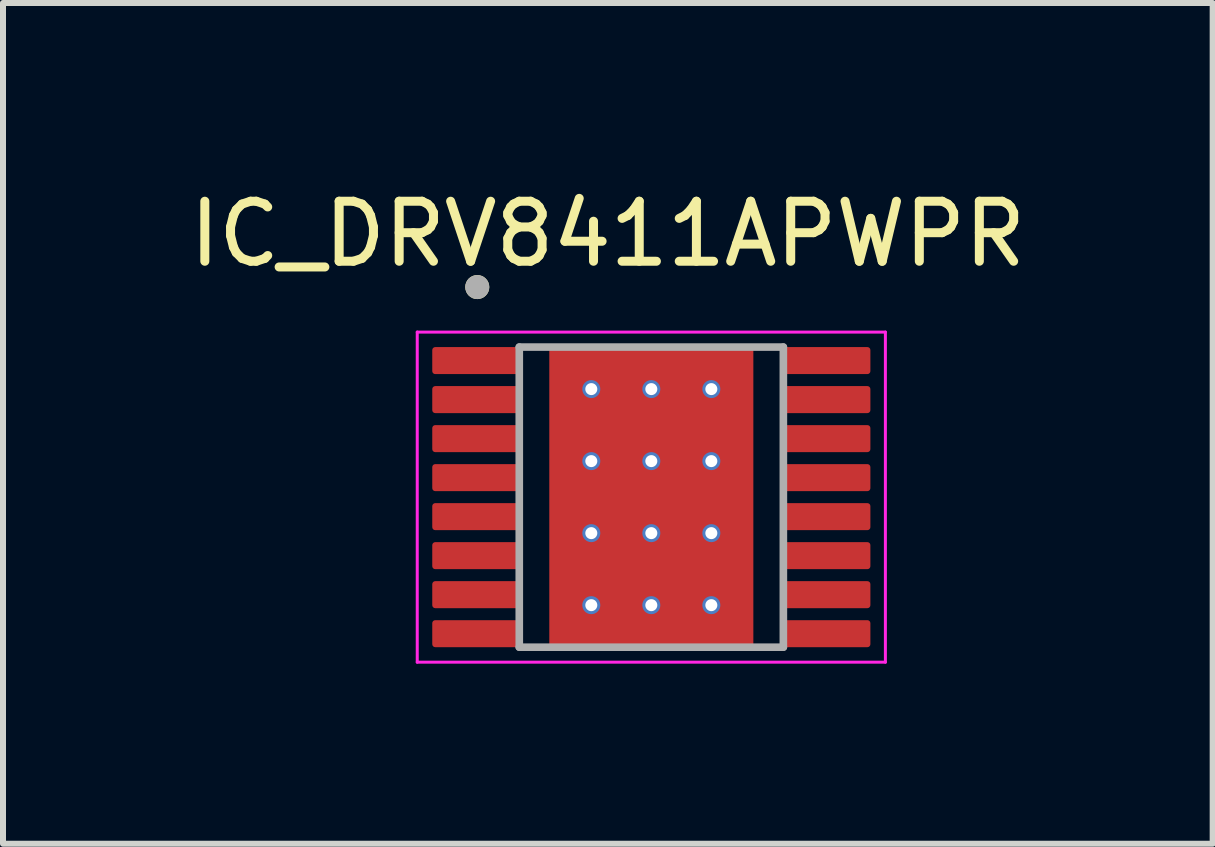
<source format=kicad_pcb>
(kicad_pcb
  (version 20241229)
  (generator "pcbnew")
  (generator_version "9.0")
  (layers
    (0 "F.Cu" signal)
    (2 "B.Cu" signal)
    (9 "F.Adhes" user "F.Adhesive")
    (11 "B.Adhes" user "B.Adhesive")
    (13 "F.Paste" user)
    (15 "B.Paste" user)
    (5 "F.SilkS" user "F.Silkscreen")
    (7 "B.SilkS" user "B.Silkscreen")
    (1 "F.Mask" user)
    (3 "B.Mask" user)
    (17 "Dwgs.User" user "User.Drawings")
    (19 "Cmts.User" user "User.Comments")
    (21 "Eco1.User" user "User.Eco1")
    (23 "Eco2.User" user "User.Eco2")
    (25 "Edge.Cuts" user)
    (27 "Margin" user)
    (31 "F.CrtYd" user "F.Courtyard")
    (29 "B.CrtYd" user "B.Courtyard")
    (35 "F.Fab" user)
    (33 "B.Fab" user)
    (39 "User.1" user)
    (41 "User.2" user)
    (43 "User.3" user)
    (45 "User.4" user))
  (footprint "IC_DRV8411APWPR"
    (layer "F.Cu")
    (at 7.802 5.233)
    (property "Reference" "IC_DRV8411APWPR" (at -0.725 -4.385 0) (layer "F.SilkS") (effects (font (size 1 1) (thickness 0.15))))
    (attr smd)
    (fp_poly (pts (xy -3.7 -2.45) (xy -3.7 -2.1) (xy -3.7 -2.095) (xy -3.699 -2.09) (xy -3.699 -2.084) (xy -3.698 -2.079) (xy -3.697 -2.074) (xy -3.695 -2.069) (xy -3.693 -2.064) (xy -3.691 -2.059) (xy -3.689 -2.055) (xy -3.687 -2.05) (xy -3.684 -2.046) (xy -3.681 -2.041) (xy -3.678 -2.037) (xy -3.674 -2.033) (xy -3.671 -2.029) (xy -3.667 -2.026) (xy -3.663 -2.022) (xy -3.659 -2.019) (xy -3.654 -2.016) (xy -3.65 -2.013) (xy -3.645 -2.011) (xy -3.641 -2.009) (xy -3.636 -2.007) (xy -3.631 -2.005) (xy -3.626 -2.003) (xy -3.621 -2.002) (xy -3.616 -2.001) (xy -3.61 -2.001) (xy -3.605 -2) (xy -3.6 -2) (xy -2.2 -2) (xy -2.195 -2) (xy -2.19 -2.001) (xy -2.184 -2.001) (xy -2.179 -2.002) (xy -2.174 -2.003) (xy -2.169 -2.005) (xy -2.164 -2.007) (xy -2.159 -2.009) (xy -2.155 -2.011) (xy -2.15 -2.013) (xy -2.146 -2.016) (xy -2.141 -2.019) (xy -2.137 -2.022) (xy -2.133 -2.026) (xy -2.129 -2.029) (xy -2.126 -2.033) (xy -2.122 -2.037) (xy -2.119 -2.041) (xy -2.116 -2.046) (xy -2.113 -2.05) (xy -2.111 -2.055) (xy -2.109 -2.059) (xy -2.107 -2.064) (xy -2.105 -2.069) (xy -2.103 -2.074) (xy -2.102 -2.079) (xy -2.101 -2.084) (xy -2.101 -2.09) (xy -2.1 -2.095) (xy -2.1 -2.1) (xy -2.1 -2.45) (xy -2.1 -2.455) (xy -2.101 -2.46) (xy -2.101 -2.466) (xy -2.102 -2.471) (xy -2.103 -2.476) (xy -2.105 -2.481) (xy -2.107 -2.486) (xy -2.109 -2.491) (xy -2.111 -2.495) (xy -2.113 -2.5) (xy -2.116 -2.504) (xy -2.119 -2.509) (xy -2.122 -2.513) (xy -2.126 -2.517) (xy -2.129 -2.521) (xy -2.133 -2.524) (xy -2.137 -2.528) (xy -2.141 -2.531) (xy -2.146 -2.534) (xy -2.15 -2.537) (xy -2.155 -2.539) (xy -2.159 -2.541) (xy -2.164 -2.543) (xy -2.169 -2.545) (xy -2.174 -2.547) (xy -2.179 -2.548) (xy -2.184 -2.549) (xy -2.19 -2.549) (xy -2.195 -2.55) (xy -2.2 -2.55) (xy -3.6 -2.55) (xy -3.605 -2.55) (xy -3.61 -2.549) (xy -3.616 -2.549) (xy -3.621 -2.548) (xy -3.626 -2.547) (xy -3.631 -2.545) (xy -3.636 -2.543) (xy -3.641 -2.541) (xy -3.645 -2.539) (xy -3.65 -2.537) (xy -3.654 -2.534) (xy -3.659 -2.531) (xy -3.663 -2.528) (xy -3.667 -2.524) (xy -3.671 -2.521) (xy -3.674 -2.517) (xy -3.678 -2.513) (xy -3.681 -2.509) (xy -3.684 -2.504) (xy -3.687 -2.5) (xy -3.689 -2.495) (xy -3.691 -2.491) (xy -3.693 -2.486) (xy -3.695 -2.481) (xy -3.697 -2.476) (xy -3.698 -2.471) (xy -3.699 -2.466) (xy -3.699 -2.46) (xy -3.7 -2.455) (xy -3.7 -2.45)) (stroke (width 0.01) (type solid)) (fill yes) (layer "F.Mask"))
    (fp_poly (pts (xy -3.7 -1.8) (xy -3.7 -1.45) (xy -3.7 -1.445) (xy -3.699 -1.44) (xy -3.699 -1.434) (xy -3.698 -1.429) (xy -3.697 -1.424) (xy -3.695 -1.419) (xy -3.693 -1.414) (xy -3.691 -1.409) (xy -3.689 -1.405) (xy -3.687 -1.4) (xy -3.684 -1.396) (xy -3.681 -1.391) (xy -3.678 -1.387) (xy -3.674 -1.383) (xy -3.671 -1.379) (xy -3.667 -1.376) (xy -3.663 -1.372) (xy -3.659 -1.369) (xy -3.654 -1.366) (xy -3.65 -1.363) (xy -3.645 -1.361) (xy -3.641 -1.359) (xy -3.636 -1.357) (xy -3.631 -1.355) (xy -3.626 -1.353) (xy -3.621 -1.352) (xy -3.616 -1.351) (xy -3.61 -1.351) (xy -3.605 -1.35) (xy -3.6 -1.35) (xy -2.2 -1.35) (xy -2.195 -1.35) (xy -2.19 -1.351) (xy -2.184 -1.351) (xy -2.179 -1.352) (xy -2.174 -1.353) (xy -2.169 -1.355) (xy -2.164 -1.357) (xy -2.159 -1.359) (xy -2.155 -1.361) (xy -2.15 -1.363) (xy -2.146 -1.366) (xy -2.141 -1.369) (xy -2.137 -1.372) (xy -2.133 -1.376) (xy -2.129 -1.379) (xy -2.126 -1.383) (xy -2.122 -1.387) (xy -2.119 -1.391) (xy -2.116 -1.396) (xy -2.113 -1.4) (xy -2.111 -1.405) (xy -2.109 -1.409) (xy -2.107 -1.414) (xy -2.105 -1.419) (xy -2.103 -1.424) (xy -2.102 -1.429) (xy -2.101 -1.434) (xy -2.101 -1.44) (xy -2.1 -1.445) (xy -2.1 -1.45) (xy -2.1 -1.8) (xy -2.1 -1.805) (xy -2.101 -1.81) (xy -2.101 -1.816) (xy -2.102 -1.821) (xy -2.103 -1.826) (xy -2.105 -1.831) (xy -2.107 -1.836) (xy -2.109 -1.841) (xy -2.111 -1.845) (xy -2.113 -1.85) (xy -2.116 -1.854) (xy -2.119 -1.859) (xy -2.122 -1.863) (xy -2.126 -1.867) (xy -2.129 -1.871) (xy -2.133 -1.874) (xy -2.137 -1.878) (xy -2.141 -1.881) (xy -2.146 -1.884) (xy -2.15 -1.887) (xy -2.155 -1.889) (xy -2.159 -1.891) (xy -2.164 -1.893) (xy -2.169 -1.895) (xy -2.174 -1.897) (xy -2.179 -1.898) (xy -2.184 -1.899) (xy -2.19 -1.899) (xy -2.195 -1.9) (xy -2.2 -1.9) (xy -3.6 -1.9) (xy -3.605 -1.9) (xy -3.61 -1.899) (xy -3.616 -1.899) (xy -3.621 -1.898) (xy -3.626 -1.897) (xy -3.631 -1.895) (xy -3.636 -1.893) (xy -3.641 -1.891) (xy -3.645 -1.889) (xy -3.65 -1.887) (xy -3.654 -1.884) (xy -3.659 -1.881) (xy -3.663 -1.878) (xy -3.667 -1.874) (xy -3.671 -1.871) (xy -3.674 -1.867) (xy -3.678 -1.863) (xy -3.681 -1.859) (xy -3.684 -1.854) (xy -3.687 -1.85) (xy -3.689 -1.845) (xy -3.691 -1.841) (xy -3.693 -1.836) (xy -3.695 -1.831) (xy -3.697 -1.826) (xy -3.698 -1.821) (xy -3.699 -1.816) (xy -3.699 -1.81) (xy -3.7 -1.805) (xy -3.7 -1.8)) (stroke (width 0.01) (type solid)) (fill yes) (layer "F.Mask"))
    (fp_poly (pts (xy -3.7 -1.15) (xy -3.7 -0.8) (xy -3.7 -0.795) (xy -3.699 -0.79) (xy -3.699 -0.784) (xy -3.698 -0.779) (xy -3.697 -0.774) (xy -3.695 -0.769) (xy -3.693 -0.764) (xy -3.691 -0.759) (xy -3.689 -0.755) (xy -3.687 -0.75) (xy -3.684 -0.746) (xy -3.681 -0.741) (xy -3.678 -0.737) (xy -3.674 -0.733) (xy -3.671 -0.729) (xy -3.667 -0.726) (xy -3.663 -0.722) (xy -3.659 -0.719) (xy -3.654 -0.716) (xy -3.65 -0.713) (xy -3.645 -0.711) (xy -3.641 -0.709) (xy -3.636 -0.707) (xy -3.631 -0.705) (xy -3.626 -0.703) (xy -3.621 -0.702) (xy -3.616 -0.701) (xy -3.61 -0.701) (xy -3.605 -0.7) (xy -3.6 -0.7) (xy -2.2 -0.7) (xy -2.195 -0.7) (xy -2.19 -0.701) (xy -2.184 -0.701) (xy -2.179 -0.702) (xy -2.174 -0.703) (xy -2.169 -0.705) (xy -2.164 -0.707) (xy -2.159 -0.709) (xy -2.155 -0.711) (xy -2.15 -0.713) (xy -2.146 -0.716) (xy -2.141 -0.719) (xy -2.137 -0.722) (xy -2.133 -0.726) (xy -2.129 -0.729) (xy -2.126 -0.733) (xy -2.122 -0.737) (xy -2.119 -0.741) (xy -2.116 -0.746) (xy -2.113 -0.75) (xy -2.111 -0.755) (xy -2.109 -0.759) (xy -2.107 -0.764) (xy -2.105 -0.769) (xy -2.103 -0.774) (xy -2.102 -0.779) (xy -2.101 -0.784) (xy -2.101 -0.79) (xy -2.1 -0.795) (xy -2.1 -0.8) (xy -2.1 -1.15) (xy -2.1 -1.155) (xy -2.101 -1.16) (xy -2.101 -1.166) (xy -2.102 -1.171) (xy -2.103 -1.176) (xy -2.105 -1.181) (xy -2.107 -1.186) (xy -2.109 -1.191) (xy -2.111 -1.195) (xy -2.113 -1.2) (xy -2.116 -1.204) (xy -2.119 -1.209) (xy -2.122 -1.213) (xy -2.126 -1.217) (xy -2.129 -1.221) (xy -2.133 -1.224) (xy -2.137 -1.228) (xy -2.141 -1.231) (xy -2.146 -1.234) (xy -2.15 -1.237) (xy -2.155 -1.239) (xy -2.159 -1.241) (xy -2.164 -1.243) (xy -2.169 -1.245) (xy -2.174 -1.247) (xy -2.179 -1.248) (xy -2.184 -1.249) (xy -2.19 -1.249) (xy -2.195 -1.25) (xy -2.2 -1.25) (xy -3.6 -1.25) (xy -3.605 -1.25) (xy -3.61 -1.249) (xy -3.616 -1.249) (xy -3.621 -1.248) (xy -3.626 -1.247) (xy -3.631 -1.245) (xy -3.636 -1.243) (xy -3.641 -1.241) (xy -3.645 -1.239) (xy -3.65 -1.237) (xy -3.654 -1.234) (xy -3.659 -1.231) (xy -3.663 -1.228) (xy -3.667 -1.224) (xy -3.671 -1.221) (xy -3.674 -1.217) (xy -3.678 -1.213) (xy -3.681 -1.209) (xy -3.684 -1.204) (xy -3.687 -1.2) (xy -3.689 -1.195) (xy -3.691 -1.191) (xy -3.693 -1.186) (xy -3.695 -1.181) (xy -3.697 -1.176) (xy -3.698 -1.171) (xy -3.699 -1.166) (xy -3.699 -1.16) (xy -3.7 -1.155) (xy -3.7 -1.15)) (stroke (width 0.01) (type solid)) (fill yes) (layer "F.Mask"))
    (fp_poly (pts (xy -3.7 -0.5) (xy -3.7 -0.15) (xy -3.7 -0.145) (xy -3.699 -0.14) (xy -3.699 -0.134) (xy -3.698 -0.129) (xy -3.697 -0.124) (xy -3.695 -0.119) (xy -3.693 -0.114) (xy -3.691 -0.109) (xy -3.689 -0.105) (xy -3.687 -0.1) (xy -3.684 -0.096) (xy -3.681 -0.091) (xy -3.678 -0.087) (xy -3.674 -0.083) (xy -3.671 -0.079) (xy -3.667 -0.076) (xy -3.663 -0.072) (xy -3.659 -0.069) (xy -3.654 -0.066) (xy -3.65 -0.063) (xy -3.645 -0.061) (xy -3.641 -0.059) (xy -3.636 -0.057) (xy -3.631 -0.055) (xy -3.626 -0.053) (xy -3.621 -0.052) (xy -3.616 -0.051) (xy -3.61 -0.051) (xy -3.605 -0.05) (xy -3.6 -0.05) (xy -2.2 -0.05) (xy -2.195 -0.05) (xy -2.19 -0.051) (xy -2.184 -0.051) (xy -2.179 -0.052) (xy -2.174 -0.053) (xy -2.169 -0.055) (xy -2.164 -0.057) (xy -2.159 -0.059) (xy -2.155 -0.061) (xy -2.15 -0.063) (xy -2.146 -0.066) (xy -2.141 -0.069) (xy -2.137 -0.072) (xy -2.133 -0.076) (xy -2.129 -0.079) (xy -2.126 -0.083) (xy -2.122 -0.087) (xy -2.119 -0.091) (xy -2.116 -0.096) (xy -2.113 -0.1) (xy -2.111 -0.105) (xy -2.109 -0.109) (xy -2.107 -0.114) (xy -2.105 -0.119) (xy -2.103 -0.124) (xy -2.102 -0.129) (xy -2.101 -0.134) (xy -2.101 -0.14) (xy -2.1 -0.145) (xy -2.1 -0.15) (xy -2.1 -0.5) (xy -2.1 -0.505) (xy -2.101 -0.51) (xy -2.101 -0.516) (xy -2.102 -0.521) (xy -2.103 -0.526) (xy -2.105 -0.531) (xy -2.107 -0.536) (xy -2.109 -0.541) (xy -2.111 -0.545) (xy -2.113 -0.55) (xy -2.116 -0.554) (xy -2.119 -0.559) (xy -2.122 -0.563) (xy -2.126 -0.567) (xy -2.129 -0.571) (xy -2.133 -0.574) (xy -2.137 -0.578) (xy -2.141 -0.581) (xy -2.146 -0.584) (xy -2.15 -0.587) (xy -2.155 -0.589) (xy -2.159 -0.591) (xy -2.164 -0.593) (xy -2.169 -0.595) (xy -2.174 -0.597) (xy -2.179 -0.598) (xy -2.184 -0.599) (xy -2.19 -0.599) (xy -2.195 -0.6) (xy -2.2 -0.6) (xy -3.6 -0.6) (xy -3.605 -0.6) (xy -3.61 -0.599) (xy -3.616 -0.599) (xy -3.621 -0.598) (xy -3.626 -0.597) (xy -3.631 -0.595) (xy -3.636 -0.593) (xy -3.641 -0.591) (xy -3.645 -0.589) (xy -3.65 -0.587) (xy -3.654 -0.584) (xy -3.659 -0.581) (xy -3.663 -0.578) (xy -3.667 -0.574) (xy -3.671 -0.571) (xy -3.674 -0.567) (xy -3.678 -0.563) (xy -3.681 -0.559) (xy -3.684 -0.554) (xy -3.687 -0.55) (xy -3.689 -0.545) (xy -3.691 -0.541) (xy -3.693 -0.536) (xy -3.695 -0.531) (xy -3.697 -0.526) (xy -3.698 -0.521) (xy -3.699 -0.516) (xy -3.699 -0.51) (xy -3.7 -0.505) (xy -3.7 -0.5)) (stroke (width 0.01) (type solid)) (fill yes) (layer "F.Mask"))
    (fp_poly (pts (xy -3.7 0.15) (xy -3.7 0.5) (xy -3.7 0.505) (xy -3.699 0.51) (xy -3.699 0.516) (xy -3.698 0.521) (xy -3.697 0.526) (xy -3.695 0.531) (xy -3.693 0.536) (xy -3.691 0.541) (xy -3.689 0.545) (xy -3.687 0.55) (xy -3.684 0.554) (xy -3.681 0.559) (xy -3.678 0.563) (xy -3.674 0.567) (xy -3.671 0.571) (xy -3.667 0.574) (xy -3.663 0.578) (xy -3.659 0.581) (xy -3.654 0.584) (xy -3.65 0.587) (xy -3.645 0.589) (xy -3.641 0.591) (xy -3.636 0.593) (xy -3.631 0.595) (xy -3.626 0.597) (xy -3.621 0.598) (xy -3.616 0.599) (xy -3.61 0.599) (xy -3.605 0.6) (xy -3.6 0.6) (xy -2.2 0.6) (xy -2.195 0.6) (xy -2.19 0.599) (xy -2.184 0.599) (xy -2.179 0.598) (xy -2.174 0.597) (xy -2.169 0.595) (xy -2.164 0.593) (xy -2.159 0.591) (xy -2.155 0.589) (xy -2.15 0.587) (xy -2.146 0.584) (xy -2.141 0.581) (xy -2.137 0.578) (xy -2.133 0.574) (xy -2.129 0.571) (xy -2.126 0.567) (xy -2.122 0.563) (xy -2.119 0.559) (xy -2.116 0.554) (xy -2.113 0.55) (xy -2.111 0.545) (xy -2.109 0.541) (xy -2.107 0.536) (xy -2.105 0.531) (xy -2.103 0.526) (xy -2.102 0.521) (xy -2.101 0.516) (xy -2.101 0.51) (xy -2.1 0.505) (xy -2.1 0.5) (xy -2.1 0.15) (xy -2.1 0.145) (xy -2.101 0.14) (xy -2.101 0.134) (xy -2.102 0.129) (xy -2.103 0.124) (xy -2.105 0.119) (xy -2.107 0.114) (xy -2.109 0.109) (xy -2.111 0.105) (xy -2.113 0.1) (xy -2.116 0.096) (xy -2.119 0.091) (xy -2.122 0.087) (xy -2.126 0.083) (xy -2.129 0.079) (xy -2.133 0.076) (xy -2.137 0.072) (xy -2.141 0.069) (xy -2.146 0.066) (xy -2.15 0.063) (xy -2.155 0.061) (xy -2.159 0.059) (xy -2.164 0.057) (xy -2.169 0.055) (xy -2.174 0.053) (xy -2.179 0.052) (xy -2.184 0.051) (xy -2.19 0.051) (xy -2.195 0.05) (xy -2.2 0.05) (xy -3.6 0.05) (xy -3.605 0.05) (xy -3.61 0.051) (xy -3.616 0.051) (xy -3.621 0.052) (xy -3.626 0.053) (xy -3.631 0.055) (xy -3.636 0.057) (xy -3.641 0.059) (xy -3.645 0.061) (xy -3.65 0.063) (xy -3.654 0.066) (xy -3.659 0.069) (xy -3.663 0.072) (xy -3.667 0.076) (xy -3.671 0.079) (xy -3.674 0.083) (xy -3.678 0.087) (xy -3.681 0.091) (xy -3.684 0.096) (xy -3.687 0.1) (xy -3.689 0.105) (xy -3.691 0.109) (xy -3.693 0.114) (xy -3.695 0.119) (xy -3.697 0.124) (xy -3.698 0.129) (xy -3.699 0.134) (xy -3.699 0.14) (xy -3.7 0.145) (xy -3.7 0.15)) (stroke (width 0.01) (type solid)) (fill yes) (layer "F.Mask"))
    (fp_poly (pts (xy -3.7 0.8) (xy -3.7 1.15) (xy -3.7 1.155) (xy -3.699 1.16) (xy -3.699 1.166) (xy -3.698 1.171) (xy -3.697 1.176) (xy -3.695 1.181) (xy -3.693 1.186) (xy -3.691 1.191) (xy -3.689 1.195) (xy -3.687 1.2) (xy -3.684 1.204) (xy -3.681 1.209) (xy -3.678 1.213) (xy -3.674 1.217) (xy -3.671 1.221) (xy -3.667 1.224) (xy -3.663 1.228) (xy -3.659 1.231) (xy -3.654 1.234) (xy -3.65 1.237) (xy -3.645 1.239) (xy -3.641 1.241) (xy -3.636 1.243) (xy -3.631 1.245) (xy -3.626 1.247) (xy -3.621 1.248) (xy -3.616 1.249) (xy -3.61 1.249) (xy -3.605 1.25) (xy -3.6 1.25) (xy -2.2 1.25) (xy -2.195 1.25) (xy -2.19 1.249) (xy -2.184 1.249) (xy -2.179 1.248) (xy -2.174 1.247) (xy -2.169 1.245) (xy -2.164 1.243) (xy -2.159 1.241) (xy -2.155 1.239) (xy -2.15 1.237) (xy -2.146 1.234) (xy -2.141 1.231) (xy -2.137 1.228) (xy -2.133 1.224) (xy -2.129 1.221) (xy -2.126 1.217) (xy -2.122 1.213) (xy -2.119 1.209) (xy -2.116 1.204) (xy -2.113 1.2) (xy -2.111 1.195) (xy -2.109 1.191) (xy -2.107 1.186) (xy -2.105 1.181) (xy -2.103 1.176) (xy -2.102 1.171) (xy -2.101 1.166) (xy -2.101 1.16) (xy -2.1 1.155) (xy -2.1 1.15) (xy -2.1 0.8) (xy -2.1 0.795) (xy -2.101 0.79) (xy -2.101 0.784) (xy -2.102 0.779) (xy -2.103 0.774) (xy -2.105 0.769) (xy -2.107 0.764) (xy -2.109 0.759) (xy -2.111 0.755) (xy -2.113 0.75) (xy -2.116 0.746) (xy -2.119 0.741) (xy -2.122 0.737) (xy -2.126 0.733) (xy -2.129 0.729) (xy -2.133 0.726) (xy -2.137 0.722) (xy -2.141 0.719) (xy -2.146 0.716) (xy -2.15 0.713) (xy -2.155 0.711) (xy -2.159 0.709) (xy -2.164 0.707) (xy -2.169 0.705) (xy -2.174 0.703) (xy -2.179 0.702) (xy -2.184 0.701) (xy -2.19 0.701) (xy -2.195 0.7) (xy -2.2 0.7) (xy -3.6 0.7) (xy -3.605 0.7) (xy -3.61 0.701) (xy -3.616 0.701) (xy -3.621 0.702) (xy -3.626 0.703) (xy -3.631 0.705) (xy -3.636 0.707) (xy -3.641 0.709) (xy -3.645 0.711) (xy -3.65 0.713) (xy -3.654 0.716) (xy -3.659 0.719) (xy -3.663 0.722) (xy -3.667 0.726) (xy -3.671 0.729) (xy -3.674 0.733) (xy -3.678 0.737) (xy -3.681 0.741) (xy -3.684 0.746) (xy -3.687 0.75) (xy -3.689 0.755) (xy -3.691 0.759) (xy -3.693 0.764) (xy -3.695 0.769) (xy -3.697 0.774) (xy -3.698 0.779) (xy -3.699 0.784) (xy -3.699 0.79) (xy -3.7 0.795) (xy -3.7 0.8)) (stroke (width 0.01) (type solid)) (fill yes) (layer "F.Mask"))
    (fp_poly (pts (xy -3.7 1.45) (xy -3.7 1.8) (xy -3.7 1.805) (xy -3.699 1.81) (xy -3.699 1.816) (xy -3.698 1.821) (xy -3.697 1.826) (xy -3.695 1.831) (xy -3.693 1.836) (xy -3.691 1.841) (xy -3.689 1.845) (xy -3.687 1.85) (xy -3.684 1.854) (xy -3.681 1.859) (xy -3.678 1.863) (xy -3.674 1.867) (xy -3.671 1.871) (xy -3.667 1.874) (xy -3.663 1.878) (xy -3.659 1.881) (xy -3.654 1.884) (xy -3.65 1.887) (xy -3.645 1.889) (xy -3.641 1.891) (xy -3.636 1.893) (xy -3.631 1.895) (xy -3.626 1.897) (xy -3.621 1.898) (xy -3.616 1.899) (xy -3.61 1.899) (xy -3.605 1.9) (xy -3.6 1.9) (xy -2.2 1.9) (xy -2.195 1.9) (xy -2.19 1.899) (xy -2.184 1.899) (xy -2.179 1.898) (xy -2.174 1.897) (xy -2.169 1.895) (xy -2.164 1.893) (xy -2.159 1.891) (xy -2.155 1.889) (xy -2.15 1.887) (xy -2.146 1.884) (xy -2.141 1.881) (xy -2.137 1.878) (xy -2.133 1.874) (xy -2.129 1.871) (xy -2.126 1.867) (xy -2.122 1.863) (xy -2.119 1.859) (xy -2.116 1.854) (xy -2.113 1.85) (xy -2.111 1.845) (xy -2.109 1.841) (xy -2.107 1.836) (xy -2.105 1.831) (xy -2.103 1.826) (xy -2.102 1.821) (xy -2.101 1.816) (xy -2.101 1.81) (xy -2.1 1.805) (xy -2.1 1.8) (xy -2.1 1.45) (xy -2.1 1.445) (xy -2.101 1.44) (xy -2.101 1.434) (xy -2.102 1.429) (xy -2.103 1.424) (xy -2.105 1.419) (xy -2.107 1.414) (xy -2.109 1.409) (xy -2.111 1.405) (xy -2.113 1.4) (xy -2.116 1.396) (xy -2.119 1.391) (xy -2.122 1.387) (xy -2.126 1.383) (xy -2.129 1.379) (xy -2.133 1.376) (xy -2.137 1.372) (xy -2.141 1.369) (xy -2.146 1.366) (xy -2.15 1.363) (xy -2.155 1.361) (xy -2.159 1.359) (xy -2.164 1.357) (xy -2.169 1.355) (xy -2.174 1.353) (xy -2.179 1.352) (xy -2.184 1.351) (xy -2.19 1.351) (xy -2.195 1.35) (xy -2.2 1.35) (xy -3.6 1.35) (xy -3.605 1.35) (xy -3.61 1.351) (xy -3.616 1.351) (xy -3.621 1.352) (xy -3.626 1.353) (xy -3.631 1.355) (xy -3.636 1.357) (xy -3.641 1.359) (xy -3.645 1.361) (xy -3.65 1.363) (xy -3.654 1.366) (xy -3.659 1.369) (xy -3.663 1.372) (xy -3.667 1.376) (xy -3.671 1.379) (xy -3.674 1.383) (xy -3.678 1.387) (xy -3.681 1.391) (xy -3.684 1.396) (xy -3.687 1.4) (xy -3.689 1.405) (xy -3.691 1.409) (xy -3.693 1.414) (xy -3.695 1.419) (xy -3.697 1.424) (xy -3.698 1.429) (xy -3.699 1.434) (xy -3.699 1.44) (xy -3.7 1.445) (xy -3.7 1.45)) (stroke (width 0.01) (type solid)) (fill yes) (layer "F.Mask"))
    (fp_poly (pts (xy -3.7 2.1) (xy -3.7 2.45) (xy -3.7 2.455) (xy -3.699 2.46) (xy -3.699 2.466) (xy -3.698 2.471) (xy -3.697 2.476) (xy -3.695 2.481) (xy -3.693 2.486) (xy -3.691 2.491) (xy -3.689 2.495) (xy -3.687 2.5) (xy -3.684 2.504) (xy -3.681 2.509) (xy -3.678 2.513) (xy -3.674 2.517) (xy -3.671 2.521) (xy -3.667 2.524) (xy -3.663 2.528) (xy -3.659 2.531) (xy -3.654 2.534) (xy -3.65 2.537) (xy -3.645 2.539) (xy -3.641 2.541) (xy -3.636 2.543) (xy -3.631 2.545) (xy -3.626 2.547) (xy -3.621 2.548) (xy -3.616 2.549) (xy -3.61 2.549) (xy -3.605 2.55) (xy -3.6 2.55) (xy -2.2 2.55) (xy -2.195 2.55) (xy -2.19 2.549) (xy -2.184 2.549) (xy -2.179 2.548) (xy -2.174 2.547) (xy -2.169 2.545) (xy -2.164 2.543) (xy -2.159 2.541) (xy -2.155 2.539) (xy -2.15 2.537) (xy -2.146 2.534) (xy -2.141 2.531) (xy -2.137 2.528) (xy -2.133 2.524) (xy -2.129 2.521) (xy -2.126 2.517) (xy -2.122 2.513) (xy -2.119 2.509) (xy -2.116 2.504) (xy -2.113 2.5) (xy -2.111 2.495) (xy -2.109 2.491) (xy -2.107 2.486) (xy -2.105 2.481) (xy -2.103 2.476) (xy -2.102 2.471) (xy -2.101 2.466) (xy -2.101 2.46) (xy -2.1 2.455) (xy -2.1 2.45) (xy -2.1 2.1) (xy -2.1 2.095) (xy -2.101 2.09) (xy -2.101 2.084) (xy -2.102 2.079) (xy -2.103 2.074) (xy -2.105 2.069) (xy -2.107 2.064) (xy -2.109 2.059) (xy -2.111 2.055) (xy -2.113 2.05) (xy -2.116 2.046) (xy -2.119 2.041) (xy -2.122 2.037) (xy -2.126 2.033) (xy -2.129 2.029) (xy -2.133 2.026) (xy -2.137 2.022) (xy -2.141 2.019) (xy -2.146 2.016) (xy -2.15 2.013) (xy -2.155 2.011) (xy -2.159 2.009) (xy -2.164 2.007) (xy -2.169 2.005) (xy -2.174 2.003) (xy -2.179 2.002) (xy -2.184 2.001) (xy -2.19 2.001) (xy -2.195 2) (xy -2.2 2) (xy -3.6 2) (xy -3.605 2) (xy -3.61 2.001) (xy -3.616 2.001) (xy -3.621 2.002) (xy -3.626 2.003) (xy -3.631 2.005) (xy -3.636 2.007) (xy -3.641 2.009) (xy -3.645 2.011) (xy -3.65 2.013) (xy -3.654 2.016) (xy -3.659 2.019) (xy -3.663 2.022) (xy -3.667 2.026) (xy -3.671 2.029) (xy -3.674 2.033) (xy -3.678 2.037) (xy -3.681 2.041) (xy -3.684 2.046) (xy -3.687 2.05) (xy -3.689 2.055) (xy -3.691 2.059) (xy -3.693 2.064) (xy -3.695 2.069) (xy -3.697 2.074) (xy -3.698 2.079) (xy -3.699 2.084) (xy -3.699 2.09) (xy -3.7 2.095) (xy -3.7 2.1)) (stroke (width 0.01) (type solid)) (fill yes) (layer "F.Mask"))
    (fp_poly (pts (xy -1.25 -1.27) (xy -1.25 1.27) (xy -1.25 1.273) (xy -1.25 1.275) (xy -1.249 1.278) (xy -1.249 1.28) (xy -1.248 1.283) (xy -1.248 1.285) (xy -1.247 1.288) (xy -1.246 1.29) (xy -1.245 1.293) (xy -1.243 1.295) (xy -1.242 1.297) (xy -1.24 1.299) (xy -1.239 1.301) (xy -1.237 1.303) (xy -1.235 1.305) (xy -1.233 1.307) (xy -1.231 1.309) (xy -1.229 1.31) (xy -1.227 1.312) (xy -1.225 1.313) (xy -1.223 1.315) (xy -1.22 1.316) (xy -1.218 1.317) (xy -1.215 1.318) (xy -1.213 1.318) (xy -1.21 1.319) (xy -1.208 1.319) (xy -1.205 1.32) (xy -1.203 1.32) (xy -1.2 1.32) (xy 1.2 1.32) (xy 1.203 1.32) (xy 1.205 1.32) (xy 1.208 1.319) (xy 1.21 1.319) (xy 1.213 1.318) (xy 1.215 1.318) (xy 1.218 1.317) (xy 1.22 1.316) (xy 1.223 1.315) (xy 1.225 1.313) (xy 1.227 1.312) (xy 1.229 1.31) (xy 1.231 1.309) (xy 1.233 1.307) (xy 1.235 1.305) (xy 1.237 1.303) (xy 1.239 1.301) (xy 1.24 1.299) (xy 1.242 1.297) (xy 1.243 1.295) (xy 1.245 1.293) (xy 1.246 1.29) (xy 1.247 1.288) (xy 1.248 1.285) (xy 1.248 1.283) (xy 1.249 1.28) (xy 1.249 1.278) (xy 1.25 1.275) (xy 1.25 1.273) (xy 1.25 1.27) (xy 1.25 -1.27) (xy 1.25 -1.273) (xy 1.25 -1.275) (xy 1.249 -1.278) (xy 1.249 -1.28) (xy 1.248 -1.283) (xy 1.248 -1.285) (xy 1.247 -1.288) (xy 1.246 -1.29) (xy 1.245 -1.293) (xy 1.243 -1.295) (xy 1.242 -1.297) (xy 1.24 -1.299) (xy 1.239 -1.301) (xy 1.237 -1.303) (xy 1.235 -1.305) (xy 1.233 -1.307) (xy 1.231 -1.309) (xy 1.229 -1.31) (xy 1.227 -1.312) (xy 1.225 -1.313) (xy 1.223 -1.315) (xy 1.22 -1.316) (xy 1.218 -1.317) (xy 1.215 -1.318) (xy 1.213 -1.318) (xy 1.21 -1.319) (xy 1.208 -1.319) (xy 1.205 -1.32) (xy 1.203 -1.32) (xy 1.2 -1.32) (xy -1.2 -1.32) (xy -1.203 -1.32) (xy -1.205 -1.32) (xy -1.208 -1.319) (xy -1.21 -1.319) (xy -1.213 -1.318) (xy -1.215 -1.318) (xy -1.218 -1.317) (xy -1.22 -1.316) (xy -1.223 -1.315) (xy -1.225 -1.313) (xy -1.227 -1.312) (xy -1.229 -1.31) (xy -1.231 -1.309) (xy -1.233 -1.307) (xy -1.235 -1.305) (xy -1.237 -1.303) (xy -1.239 -1.301) (xy -1.24 -1.299) (xy -1.242 -1.297) (xy -1.243 -1.295) (xy -1.245 -1.293) (xy -1.246 -1.29) (xy -1.247 -1.288) (xy -1.248 -1.285) (xy -1.248 -1.283) (xy -1.249 -1.28) (xy -1.249 -1.278) (xy -1.25 -1.275) (xy -1.25 -1.273) (xy -1.25 -1.27)) (stroke (width 0.01) (type solid)) (fill yes) (layer "F.Mask"))
    (fp_poly (pts (xy 2.1 -2.45) (xy 2.1 -2.1) (xy 2.1 -2.095) (xy 2.101 -2.09) (xy 2.101 -2.084) (xy 2.102 -2.079) (xy 2.103 -2.074) (xy 2.105 -2.069) (xy 2.107 -2.064) (xy 2.109 -2.059) (xy 2.111 -2.055) (xy 2.113 -2.05) (xy 2.116 -2.046) (xy 2.119 -2.041) (xy 2.122 -2.037) (xy 2.126 -2.033) (xy 2.129 -2.029) (xy 2.133 -2.026) (xy 2.137 -2.022) (xy 2.141 -2.019) (xy 2.146 -2.016) (xy 2.15 -2.013) (xy 2.155 -2.011) (xy 2.159 -2.009) (xy 2.164 -2.007) (xy 2.169 -2.005) (xy 2.174 -2.003) (xy 2.179 -2.002) (xy 2.184 -2.001) (xy 2.19 -2.001) (xy 2.195 -2) (xy 2.2 -2) (xy 3.6 -2) (xy 3.605 -2) (xy 3.61 -2.001) (xy 3.616 -2.001) (xy 3.621 -2.002) (xy 3.626 -2.003) (xy 3.631 -2.005) (xy 3.636 -2.007) (xy 3.641 -2.009) (xy 3.645 -2.011) (xy 3.65 -2.013) (xy 3.654 -2.016) (xy 3.659 -2.019) (xy 3.663 -2.022) (xy 3.667 -2.026) (xy 3.671 -2.029) (xy 3.674 -2.033) (xy 3.678 -2.037) (xy 3.681 -2.041) (xy 3.684 -2.046) (xy 3.687 -2.05) (xy 3.689 -2.055) (xy 3.691 -2.059) (xy 3.693 -2.064) (xy 3.695 -2.069) (xy 3.697 -2.074) (xy 3.698 -2.079) (xy 3.699 -2.084) (xy 3.699 -2.09) (xy 3.7 -2.095) (xy 3.7 -2.1) (xy 3.7 -2.45) (xy 3.7 -2.455) (xy 3.699 -2.46) (xy 3.699 -2.466) (xy 3.698 -2.471) (xy 3.697 -2.476) (xy 3.695 -2.481) (xy 3.693 -2.486) (xy 3.691 -2.491) (xy 3.689 -2.495) (xy 3.687 -2.5) (xy 3.684 -2.504) (xy 3.681 -2.509) (xy 3.678 -2.513) (xy 3.674 -2.517) (xy 3.671 -2.521) (xy 3.667 -2.524) (xy 3.663 -2.528) (xy 3.659 -2.531) (xy 3.654 -2.534) (xy 3.65 -2.537) (xy 3.645 -2.539) (xy 3.641 -2.541) (xy 3.636 -2.543) (xy 3.631 -2.545) (xy 3.626 -2.547) (xy 3.621 -2.548) (xy 3.616 -2.549) (xy 3.61 -2.549) (xy 3.605 -2.55) (xy 3.6 -2.55) (xy 2.2 -2.55) (xy 2.195 -2.55) (xy 2.19 -2.549) (xy 2.184 -2.549) (xy 2.179 -2.548) (xy 2.174 -2.547) (xy 2.169 -2.545) (xy 2.164 -2.543) (xy 2.159 -2.541) (xy 2.155 -2.539) (xy 2.15 -2.537) (xy 2.146 -2.534) (xy 2.141 -2.531) (xy 2.137 -2.528) (xy 2.133 -2.524) (xy 2.129 -2.521) (xy 2.126 -2.517) (xy 2.122 -2.513) (xy 2.119 -2.509) (xy 2.116 -2.504) (xy 2.113 -2.5) (xy 2.111 -2.495) (xy 2.109 -2.491) (xy 2.107 -2.486) (xy 2.105 -2.481) (xy 2.103 -2.476) (xy 2.102 -2.471) (xy 2.101 -2.466) (xy 2.101 -2.46) (xy 2.1 -2.455) (xy 2.1 -2.45)) (stroke (width 0.01) (type solid)) (fill yes) (layer "F.Mask"))
    (fp_poly (pts (xy 2.1 -1.8) (xy 2.1 -1.45) (xy 2.1 -1.445) (xy 2.101 -1.44) (xy 2.101 -1.434) (xy 2.102 -1.429) (xy 2.103 -1.424) (xy 2.105 -1.419) (xy 2.107 -1.414) (xy 2.109 -1.409) (xy 2.111 -1.405) (xy 2.113 -1.4) (xy 2.116 -1.396) (xy 2.119 -1.391) (xy 2.122 -1.387) (xy 2.126 -1.383) (xy 2.129 -1.379) (xy 2.133 -1.376) (xy 2.137 -1.372) (xy 2.141 -1.369) (xy 2.146 -1.366) (xy 2.15 -1.363) (xy 2.155 -1.361) (xy 2.159 -1.359) (xy 2.164 -1.357) (xy 2.169 -1.355) (xy 2.174 -1.353) (xy 2.179 -1.352) (xy 2.184 -1.351) (xy 2.19 -1.351) (xy 2.195 -1.35) (xy 2.2 -1.35) (xy 3.6 -1.35) (xy 3.605 -1.35) (xy 3.61 -1.351) (xy 3.616 -1.351) (xy 3.621 -1.352) (xy 3.626 -1.353) (xy 3.631 -1.355) (xy 3.636 -1.357) (xy 3.641 -1.359) (xy 3.645 -1.361) (xy 3.65 -1.363) (xy 3.654 -1.366) (xy 3.659 -1.369) (xy 3.663 -1.372) (xy 3.667 -1.376) (xy 3.671 -1.379) (xy 3.674 -1.383) (xy 3.678 -1.387) (xy 3.681 -1.391) (xy 3.684 -1.396) (xy 3.687 -1.4) (xy 3.689 -1.405) (xy 3.691 -1.409) (xy 3.693 -1.414) (xy 3.695 -1.419) (xy 3.697 -1.424) (xy 3.698 -1.429) (xy 3.699 -1.434) (xy 3.699 -1.44) (xy 3.7 -1.445) (xy 3.7 -1.45) (xy 3.7 -1.8) (xy 3.7 -1.805) (xy 3.699 -1.81) (xy 3.699 -1.816) (xy 3.698 -1.821) (xy 3.697 -1.826) (xy 3.695 -1.831) (xy 3.693 -1.836) (xy 3.691 -1.841) (xy 3.689 -1.845) (xy 3.687 -1.85) (xy 3.684 -1.854) (xy 3.681 -1.859) (xy 3.678 -1.863) (xy 3.674 -1.867) (xy 3.671 -1.871) (xy 3.667 -1.874) (xy 3.663 -1.878) (xy 3.659 -1.881) (xy 3.654 -1.884) (xy 3.65 -1.887) (xy 3.645 -1.889) (xy 3.641 -1.891) (xy 3.636 -1.893) (xy 3.631 -1.895) (xy 3.626 -1.897) (xy 3.621 -1.898) (xy 3.616 -1.899) (xy 3.61 -1.899) (xy 3.605 -1.9) (xy 3.6 -1.9) (xy 2.2 -1.9) (xy 2.195 -1.9) (xy 2.19 -1.899) (xy 2.184 -1.899) (xy 2.179 -1.898) (xy 2.174 -1.897) (xy 2.169 -1.895) (xy 2.164 -1.893) (xy 2.159 -1.891) (xy 2.155 -1.889) (xy 2.15 -1.887) (xy 2.146 -1.884) (xy 2.141 -1.881) (xy 2.137 -1.878) (xy 2.133 -1.874) (xy 2.129 -1.871) (xy 2.126 -1.867) (xy 2.122 -1.863) (xy 2.119 -1.859) (xy 2.116 -1.854) (xy 2.113 -1.85) (xy 2.111 -1.845) (xy 2.109 -1.841) (xy 2.107 -1.836) (xy 2.105 -1.831) (xy 2.103 -1.826) (xy 2.102 -1.821) (xy 2.101 -1.816) (xy 2.101 -1.81) (xy 2.1 -1.805) (xy 2.1 -1.8)) (stroke (width 0.01) (type solid)) (fill yes) (layer "F.Mask"))
    (fp_poly (pts (xy 2.1 -1.15) (xy 2.1 -0.8) (xy 2.1 -0.795) (xy 2.101 -0.79) (xy 2.101 -0.784) (xy 2.102 -0.779) (xy 2.103 -0.774) (xy 2.105 -0.769) (xy 2.107 -0.764) (xy 2.109 -0.759) (xy 2.111 -0.755) (xy 2.113 -0.75) (xy 2.116 -0.746) (xy 2.119 -0.741) (xy 2.122 -0.737) (xy 2.126 -0.733) (xy 2.129 -0.729) (xy 2.133 -0.726) (xy 2.137 -0.722) (xy 2.141 -0.719) (xy 2.146 -0.716) (xy 2.15 -0.713) (xy 2.155 -0.711) (xy 2.159 -0.709) (xy 2.164 -0.707) (xy 2.169 -0.705) (xy 2.174 -0.703) (xy 2.179 -0.702) (xy 2.184 -0.701) (xy 2.19 -0.701) (xy 2.195 -0.7) (xy 2.2 -0.7) (xy 3.6 -0.7) (xy 3.605 -0.7) (xy 3.61 -0.701) (xy 3.616 -0.701) (xy 3.621 -0.702) (xy 3.626 -0.703) (xy 3.631 -0.705) (xy 3.636 -0.707) (xy 3.641 -0.709) (xy 3.645 -0.711) (xy 3.65 -0.713) (xy 3.654 -0.716) (xy 3.659 -0.719) (xy 3.663 -0.722) (xy 3.667 -0.726) (xy 3.671 -0.729) (xy 3.674 -0.733) (xy 3.678 -0.737) (xy 3.681 -0.741) (xy 3.684 -0.746) (xy 3.687 -0.75) (xy 3.689 -0.755) (xy 3.691 -0.759) (xy 3.693 -0.764) (xy 3.695 -0.769) (xy 3.697 -0.774) (xy 3.698 -0.779) (xy 3.699 -0.784) (xy 3.699 -0.79) (xy 3.7 -0.795) (xy 3.7 -0.8) (xy 3.7 -1.15) (xy 3.7 -1.155) (xy 3.699 -1.16) (xy 3.699 -1.166) (xy 3.698 -1.171) (xy 3.697 -1.176) (xy 3.695 -1.181) (xy 3.693 -1.186) (xy 3.691 -1.191) (xy 3.689 -1.195) (xy 3.687 -1.2) (xy 3.684 -1.204) (xy 3.681 -1.209) (xy 3.678 -1.213) (xy 3.674 -1.217) (xy 3.671 -1.221) (xy 3.667 -1.224) (xy 3.663 -1.228) (xy 3.659 -1.231) (xy 3.654 -1.234) (xy 3.65 -1.237) (xy 3.645 -1.239) (xy 3.641 -1.241) (xy 3.636 -1.243) (xy 3.631 -1.245) (xy 3.626 -1.247) (xy 3.621 -1.248) (xy 3.616 -1.249) (xy 3.61 -1.249) (xy 3.605 -1.25) (xy 3.6 -1.25) (xy 2.2 -1.25) (xy 2.195 -1.25) (xy 2.19 -1.249) (xy 2.184 -1.249) (xy 2.179 -1.248) (xy 2.174 -1.247) (xy 2.169 -1.245) (xy 2.164 -1.243) (xy 2.159 -1.241) (xy 2.155 -1.239) (xy 2.15 -1.237) (xy 2.146 -1.234) (xy 2.141 -1.231) (xy 2.137 -1.228) (xy 2.133 -1.224) (xy 2.129 -1.221) (xy 2.126 -1.217) (xy 2.122 -1.213) (xy 2.119 -1.209) (xy 2.116 -1.204) (xy 2.113 -1.2) (xy 2.111 -1.195) (xy 2.109 -1.191) (xy 2.107 -1.186) (xy 2.105 -1.181) (xy 2.103 -1.176) (xy 2.102 -1.171) (xy 2.101 -1.166) (xy 2.101 -1.16) (xy 2.1 -1.155) (xy 2.1 -1.15)) (stroke (width 0.01) (type solid)) (fill yes) (layer "F.Mask"))
    (fp_poly (pts (xy 2.1 -0.5) (xy 2.1 -0.15) (xy 2.1 -0.145) (xy 2.101 -0.14) (xy 2.101 -0.134) (xy 2.102 -0.129) (xy 2.103 -0.124) (xy 2.105 -0.119) (xy 2.107 -0.114) (xy 2.109 -0.109) (xy 2.111 -0.105) (xy 2.113 -0.1) (xy 2.116 -0.096) (xy 2.119 -0.091) (xy 2.122 -0.087) (xy 2.126 -0.083) (xy 2.129 -0.079) (xy 2.133 -0.076) (xy 2.137 -0.072) (xy 2.141 -0.069) (xy 2.146 -0.066) (xy 2.15 -0.063) (xy 2.155 -0.061) (xy 2.159 -0.059) (xy 2.164 -0.057) (xy 2.169 -0.055) (xy 2.174 -0.053) (xy 2.179 -0.052) (xy 2.184 -0.051) (xy 2.19 -0.051) (xy 2.195 -0.05) (xy 2.2 -0.05) (xy 3.6 -0.05) (xy 3.605 -0.05) (xy 3.61 -0.051) (xy 3.616 -0.051) (xy 3.621 -0.052) (xy 3.626 -0.053) (xy 3.631 -0.055) (xy 3.636 -0.057) (xy 3.641 -0.059) (xy 3.645 -0.061) (xy 3.65 -0.063) (xy 3.654 -0.066) (xy 3.659 -0.069) (xy 3.663 -0.072) (xy 3.667 -0.076) (xy 3.671 -0.079) (xy 3.674 -0.083) (xy 3.678 -0.087) (xy 3.681 -0.091) (xy 3.684 -0.096) (xy 3.687 -0.1) (xy 3.689 -0.105) (xy 3.691 -0.109) (xy 3.693 -0.114) (xy 3.695 -0.119) (xy 3.697 -0.124) (xy 3.698 -0.129) (xy 3.699 -0.134) (xy 3.699 -0.14) (xy 3.7 -0.145) (xy 3.7 -0.15) (xy 3.7 -0.5) (xy 3.7 -0.505) (xy 3.699 -0.51) (xy 3.699 -0.516) (xy 3.698 -0.521) (xy 3.697 -0.526) (xy 3.695 -0.531) (xy 3.693 -0.536) (xy 3.691 -0.541) (xy 3.689 -0.545) (xy 3.687 -0.55) (xy 3.684 -0.554) (xy 3.681 -0.559) (xy 3.678 -0.563) (xy 3.674 -0.567) (xy 3.671 -0.571) (xy 3.667 -0.574) (xy 3.663 -0.578) (xy 3.659 -0.581) (xy 3.654 -0.584) (xy 3.65 -0.587) (xy 3.645 -0.589) (xy 3.641 -0.591) (xy 3.636 -0.593) (xy 3.631 -0.595) (xy 3.626 -0.597) (xy 3.621 -0.598) (xy 3.616 -0.599) (xy 3.61 -0.599) (xy 3.605 -0.6) (xy 3.6 -0.6) (xy 2.2 -0.6) (xy 2.195 -0.6) (xy 2.19 -0.599) (xy 2.184 -0.599) (xy 2.179 -0.598) (xy 2.174 -0.597) (xy 2.169 -0.595) (xy 2.164 -0.593) (xy 2.159 -0.591) (xy 2.155 -0.589) (xy 2.15 -0.587) (xy 2.146 -0.584) (xy 2.141 -0.581) (xy 2.137 -0.578) (xy 2.133 -0.574) (xy 2.129 -0.571) (xy 2.126 -0.567) (xy 2.122 -0.563) (xy 2.119 -0.559) (xy 2.116 -0.554) (xy 2.113 -0.55) (xy 2.111 -0.545) (xy 2.109 -0.541) (xy 2.107 -0.536) (xy 2.105 -0.531) (xy 2.103 -0.526) (xy 2.102 -0.521) (xy 2.101 -0.516) (xy 2.101 -0.51) (xy 2.1 -0.505) (xy 2.1 -0.5)) (stroke (width 0.01) (type solid)) (fill yes) (layer "F.Mask"))
    (fp_poly (pts (xy 2.1 0.15) (xy 2.1 0.5) (xy 2.1 0.505) (xy 2.101 0.51) (xy 2.101 0.516) (xy 2.102 0.521) (xy 2.103 0.526) (xy 2.105 0.531) (xy 2.107 0.536) (xy 2.109 0.541) (xy 2.111 0.545) (xy 2.113 0.55) (xy 2.116 0.554) (xy 2.119 0.559) (xy 2.122 0.563) (xy 2.126 0.567) (xy 2.129 0.571) (xy 2.133 0.574) (xy 2.137 0.578) (xy 2.141 0.581) (xy 2.146 0.584) (xy 2.15 0.587) (xy 2.155 0.589) (xy 2.159 0.591) (xy 2.164 0.593) (xy 2.169 0.595) (xy 2.174 0.597) (xy 2.179 0.598) (xy 2.184 0.599) (xy 2.19 0.599) (xy 2.195 0.6) (xy 2.2 0.6) (xy 3.6 0.6) (xy 3.605 0.6) (xy 3.61 0.599) (xy 3.616 0.599) (xy 3.621 0.598) (xy 3.626 0.597) (xy 3.631 0.595) (xy 3.636 0.593) (xy 3.641 0.591) (xy 3.645 0.589) (xy 3.65 0.587) (xy 3.654 0.584) (xy 3.659 0.581) (xy 3.663 0.578) (xy 3.667 0.574) (xy 3.671 0.571) (xy 3.674 0.567) (xy 3.678 0.563) (xy 3.681 0.559) (xy 3.684 0.554) (xy 3.687 0.55) (xy 3.689 0.545) (xy 3.691 0.541) (xy 3.693 0.536) (xy 3.695 0.531) (xy 3.697 0.526) (xy 3.698 0.521) (xy 3.699 0.516) (xy 3.699 0.51) (xy 3.7 0.505) (xy 3.7 0.5) (xy 3.7 0.15) (xy 3.7 0.145) (xy 3.699 0.14) (xy 3.699 0.134) (xy 3.698 0.129) (xy 3.697 0.124) (xy 3.695 0.119) (xy 3.693 0.114) (xy 3.691 0.109) (xy 3.689 0.105) (xy 3.687 0.1) (xy 3.684 0.096) (xy 3.681 0.091) (xy 3.678 0.087) (xy 3.674 0.083) (xy 3.671 0.079) (xy 3.667 0.076) (xy 3.663 0.072) (xy 3.659 0.069) (xy 3.654 0.066) (xy 3.65 0.063) (xy 3.645 0.061) (xy 3.641 0.059) (xy 3.636 0.057) (xy 3.631 0.055) (xy 3.626 0.053) (xy 3.621 0.052) (xy 3.616 0.051) (xy 3.61 0.051) (xy 3.605 0.05) (xy 3.6 0.05) (xy 2.2 0.05) (xy 2.195 0.05) (xy 2.19 0.051) (xy 2.184 0.051) (xy 2.179 0.052) (xy 2.174 0.053) (xy 2.169 0.055) (xy 2.164 0.057) (xy 2.159 0.059) (xy 2.155 0.061) (xy 2.15 0.063) (xy 2.146 0.066) (xy 2.141 0.069) (xy 2.137 0.072) (xy 2.133 0.076) (xy 2.129 0.079) (xy 2.126 0.083) (xy 2.122 0.087) (xy 2.119 0.091) (xy 2.116 0.096) (xy 2.113 0.1) (xy 2.111 0.105) (xy 2.109 0.109) (xy 2.107 0.114) (xy 2.105 0.119) (xy 2.103 0.124) (xy 2.102 0.129) (xy 2.101 0.134) (xy 2.101 0.14) (xy 2.1 0.145) (xy 2.1 0.15)) (stroke (width 0.01) (type solid)) (fill yes) (layer "F.Mask"))
    (fp_poly (pts (xy 2.1 0.8) (xy 2.1 1.15) (xy 2.1 1.155) (xy 2.101 1.16) (xy 2.101 1.166) (xy 2.102 1.171) (xy 2.103 1.176) (xy 2.105 1.181) (xy 2.107 1.186) (xy 2.109 1.191) (xy 2.111 1.195) (xy 2.113 1.2) (xy 2.116 1.204) (xy 2.119 1.209) (xy 2.122 1.213) (xy 2.126 1.217) (xy 2.129 1.221) (xy 2.133 1.224) (xy 2.137 1.228) (xy 2.141 1.231) (xy 2.146 1.234) (xy 2.15 1.237) (xy 2.155 1.239) (xy 2.159 1.241) (xy 2.164 1.243) (xy 2.169 1.245) (xy 2.174 1.247) (xy 2.179 1.248) (xy 2.184 1.249) (xy 2.19 1.249) (xy 2.195 1.25) (xy 2.2 1.25) (xy 3.6 1.25) (xy 3.605 1.25) (xy 3.61 1.249) (xy 3.616 1.249) (xy 3.621 1.248) (xy 3.626 1.247) (xy 3.631 1.245) (xy 3.636 1.243) (xy 3.641 1.241) (xy 3.645 1.239) (xy 3.65 1.237) (xy 3.654 1.234) (xy 3.659 1.231) (xy 3.663 1.228) (xy 3.667 1.224) (xy 3.671 1.221) (xy 3.674 1.217) (xy 3.678 1.213) (xy 3.681 1.209) (xy 3.684 1.204) (xy 3.687 1.2) (xy 3.689 1.195) (xy 3.691 1.191) (xy 3.693 1.186) (xy 3.695 1.181) (xy 3.697 1.176) (xy 3.698 1.171) (xy 3.699 1.166) (xy 3.699 1.16) (xy 3.7 1.155) (xy 3.7 1.15) (xy 3.7 0.8) (xy 3.7 0.795) (xy 3.699 0.79) (xy 3.699 0.784) (xy 3.698 0.779) (xy 3.697 0.774) (xy 3.695 0.769) (xy 3.693 0.764) (xy 3.691 0.759) (xy 3.689 0.755) (xy 3.687 0.75) (xy 3.684 0.746) (xy 3.681 0.741) (xy 3.678 0.737) (xy 3.674 0.733) (xy 3.671 0.729) (xy 3.667 0.726) (xy 3.663 0.722) (xy 3.659 0.719) (xy 3.654 0.716) (xy 3.65 0.713) (xy 3.645 0.711) (xy 3.641 0.709) (xy 3.636 0.707) (xy 3.631 0.705) (xy 3.626 0.703) (xy 3.621 0.702) (xy 3.616 0.701) (xy 3.61 0.701) (xy 3.605 0.7) (xy 3.6 0.7) (xy 2.2 0.7) (xy 2.195 0.7) (xy 2.19 0.701) (xy 2.184 0.701) (xy 2.179 0.702) (xy 2.174 0.703) (xy 2.169 0.705) (xy 2.164 0.707) (xy 2.159 0.709) (xy 2.155 0.711) (xy 2.15 0.713) (xy 2.146 0.716) (xy 2.141 0.719) (xy 2.137 0.722) (xy 2.133 0.726) (xy 2.129 0.729) (xy 2.126 0.733) (xy 2.122 0.737) (xy 2.119 0.741) (xy 2.116 0.746) (xy 2.113 0.75) (xy 2.111 0.755) (xy 2.109 0.759) (xy 2.107 0.764) (xy 2.105 0.769) (xy 2.103 0.774) (xy 2.102 0.779) (xy 2.101 0.784) (xy 2.101 0.79) (xy 2.1 0.795) (xy 2.1 0.8)) (stroke (width 0.01) (type solid)) (fill yes) (layer "F.Mask"))
    (fp_poly (pts (xy 2.1 1.45) (xy 2.1 1.8) (xy 2.1 1.805) (xy 2.101 1.81) (xy 2.101 1.816) (xy 2.102 1.821) (xy 2.103 1.826) (xy 2.105 1.831) (xy 2.107 1.836) (xy 2.109 1.841) (xy 2.111 1.845) (xy 2.113 1.85) (xy 2.116 1.854) (xy 2.119 1.859) (xy 2.122 1.863) (xy 2.126 1.867) (xy 2.129 1.871) (xy 2.133 1.874) (xy 2.137 1.878) (xy 2.141 1.881) (xy 2.146 1.884) (xy 2.15 1.887) (xy 2.155 1.889) (xy 2.159 1.891) (xy 2.164 1.893) (xy 2.169 1.895) (xy 2.174 1.897) (xy 2.179 1.898) (xy 2.184 1.899) (xy 2.19 1.899) (xy 2.195 1.9) (xy 2.2 1.9) (xy 3.6 1.9) (xy 3.605 1.9) (xy 3.61 1.899) (xy 3.616 1.899) (xy 3.621 1.898) (xy 3.626 1.897) (xy 3.631 1.895) (xy 3.636 1.893) (xy 3.641 1.891) (xy 3.645 1.889) (xy 3.65 1.887) (xy 3.654 1.884) (xy 3.659 1.881) (xy 3.663 1.878) (xy 3.667 1.874) (xy 3.671 1.871) (xy 3.674 1.867) (xy 3.678 1.863) (xy 3.681 1.859) (xy 3.684 1.854) (xy 3.687 1.85) (xy 3.689 1.845) (xy 3.691 1.841) (xy 3.693 1.836) (xy 3.695 1.831) (xy 3.697 1.826) (xy 3.698 1.821) (xy 3.699 1.816) (xy 3.699 1.81) (xy 3.7 1.805) (xy 3.7 1.8) (xy 3.7 1.45) (xy 3.7 1.445) (xy 3.699 1.44) (xy 3.699 1.434) (xy 3.698 1.429) (xy 3.697 1.424) (xy 3.695 1.419) (xy 3.693 1.414) (xy 3.691 1.409) (xy 3.689 1.405) (xy 3.687 1.4) (xy 3.684 1.396) (xy 3.681 1.391) (xy 3.678 1.387) (xy 3.674 1.383) (xy 3.671 1.379) (xy 3.667 1.376) (xy 3.663 1.372) (xy 3.659 1.369) (xy 3.654 1.366) (xy 3.65 1.363) (xy 3.645 1.361) (xy 3.641 1.359) (xy 3.636 1.357) (xy 3.631 1.355) (xy 3.626 1.353) (xy 3.621 1.352) (xy 3.616 1.351) (xy 3.61 1.351) (xy 3.605 1.35) (xy 3.6 1.35) (xy 2.2 1.35) (xy 2.195 1.35) (xy 2.19 1.351) (xy 2.184 1.351) (xy 2.179 1.352) (xy 2.174 1.353) (xy 2.169 1.355) (xy 2.164 1.357) (xy 2.159 1.359) (xy 2.155 1.361) (xy 2.15 1.363) (xy 2.146 1.366) (xy 2.141 1.369) (xy 2.137 1.372) (xy 2.133 1.376) (xy 2.129 1.379) (xy 2.126 1.383) (xy 2.122 1.387) (xy 2.119 1.391) (xy 2.116 1.396) (xy 2.113 1.4) (xy 2.111 1.405) (xy 2.109 1.409) (xy 2.107 1.414) (xy 2.105 1.419) (xy 2.103 1.424) (xy 2.102 1.429) (xy 2.101 1.434) (xy 2.101 1.44) (xy 2.1 1.445) (xy 2.1 1.45)) (stroke (width 0.01) (type solid)) (fill yes) (layer "F.Mask"))
    (fp_poly (pts (xy 2.1 2.1) (xy 2.1 2.45) (xy 2.1 2.455) (xy 2.101 2.46) (xy 2.101 2.466) (xy 2.102 2.471) (xy 2.103 2.476) (xy 2.105 2.481) (xy 2.107 2.486) (xy 2.109 2.491) (xy 2.111 2.495) (xy 2.113 2.5) (xy 2.116 2.504) (xy 2.119 2.509) (xy 2.122 2.513) (xy 2.126 2.517) (xy 2.129 2.521) (xy 2.133 2.524) (xy 2.137 2.528) (xy 2.141 2.531) (xy 2.146 2.534) (xy 2.15 2.537) (xy 2.155 2.539) (xy 2.159 2.541) (xy 2.164 2.543) (xy 2.169 2.545) (xy 2.174 2.547) (xy 2.179 2.548) (xy 2.184 2.549) (xy 2.19 2.549) (xy 2.195 2.55) (xy 2.2 2.55) (xy 3.6 2.55) (xy 3.605 2.55) (xy 3.61 2.549) (xy 3.616 2.549) (xy 3.621 2.548) (xy 3.626 2.547) (xy 3.631 2.545) (xy 3.636 2.543) (xy 3.641 2.541) (xy 3.645 2.539) (xy 3.65 2.537) (xy 3.654 2.534) (xy 3.659 2.531) (xy 3.663 2.528) (xy 3.667 2.524) (xy 3.671 2.521) (xy 3.674 2.517) (xy 3.678 2.513) (xy 3.681 2.509) (xy 3.684 2.504) (xy 3.687 2.5) (xy 3.689 2.495) (xy 3.691 2.491) (xy 3.693 2.486) (xy 3.695 2.481) (xy 3.697 2.476) (xy 3.698 2.471) (xy 3.699 2.466) (xy 3.699 2.46) (xy 3.7 2.455) (xy 3.7 2.45) (xy 3.7 2.1) (xy 3.7 2.095) (xy 3.699 2.09) (xy 3.699 2.084) (xy 3.698 2.079) (xy 3.697 2.074) (xy 3.695 2.069) (xy 3.693 2.064) (xy 3.691 2.059) (xy 3.689 2.055) (xy 3.687 2.05) (xy 3.684 2.046) (xy 3.681 2.041) (xy 3.678 2.037) (xy 3.674 2.033) (xy 3.671 2.029) (xy 3.667 2.026) (xy 3.663 2.022) (xy 3.659 2.019) (xy 3.654 2.016) (xy 3.65 2.013) (xy 3.645 2.011) (xy 3.641 2.009) (xy 3.636 2.007) (xy 3.631 2.005) (xy 3.626 2.003) (xy 3.621 2.002) (xy 3.616 2.001) (xy 3.61 2.001) (xy 3.605 2) (xy 3.6 2) (xy 2.2 2) (xy 2.195 2) (xy 2.19 2.001) (xy 2.184 2.001) (xy 2.179 2.002) (xy 2.174 2.003) (xy 2.169 2.005) (xy 2.164 2.007) (xy 2.159 2.009) (xy 2.155 2.011) (xy 2.15 2.013) (xy 2.146 2.016) (xy 2.141 2.019) (xy 2.137 2.022) (xy 2.133 2.026) (xy 2.129 2.029) (xy 2.126 2.033) (xy 2.122 2.037) (xy 2.119 2.041) (xy 2.116 2.046) (xy 2.113 2.05) (xy 2.111 2.055) (xy 2.109 2.059) (xy 2.107 2.064) (xy 2.105 2.069) (xy 2.103 2.074) (xy 2.102 2.079) (xy 2.101 2.084) (xy 2.101 2.09) (xy 2.1 2.095) (xy 2.1 2.1)) (stroke (width 0.01) (type solid)) (fill yes) (layer "F.Mask"))
    (fp_circle (center -2.9 -3.5) (end -2.8 -3.5) (stroke (width 0.2) (type solid)) (fill no) (layer "F.SilkS"))
    (fp_poly (pts (xy -3.65 -2.45) (xy -3.65 -2.1) (xy -3.65 -2.097) (xy -3.65 -2.095) (xy -3.649 -2.092) (xy -3.649 -2.09) (xy -3.648 -2.087) (xy -3.648 -2.085) (xy -3.647 -2.082) (xy -3.646 -2.08) (xy -3.645 -2.077) (xy -3.643 -2.075) (xy -3.642 -2.073) (xy -3.64 -2.071) (xy -3.639 -2.069) (xy -3.637 -2.067) (xy -3.635 -2.065) (xy -3.633 -2.063) (xy -3.631 -2.061) (xy -3.629 -2.06) (xy -3.627 -2.058) (xy -3.625 -2.057) (xy -3.623 -2.055) (xy -3.62 -2.054) (xy -3.618 -2.053) (xy -3.615 -2.052) (xy -3.613 -2.052) (xy -3.61 -2.051) (xy -3.608 -2.051) (xy -3.605 -2.05) (xy -3.603 -2.05) (xy -3.6 -2.05) (xy -2.2 -2.05) (xy -2.197 -2.05) (xy -2.195 -2.05) (xy -2.192 -2.051) (xy -2.19 -2.051) (xy -2.187 -2.052) (xy -2.185 -2.052) (xy -2.182 -2.053) (xy -2.18 -2.054) (xy -2.177 -2.055) (xy -2.175 -2.057) (xy -2.173 -2.058) (xy -2.171 -2.06) (xy -2.169 -2.061) (xy -2.167 -2.063) (xy -2.165 -2.065) (xy -2.163 -2.067) (xy -2.161 -2.069) (xy -2.16 -2.071) (xy -2.158 -2.073) (xy -2.157 -2.075) (xy -2.155 -2.077) (xy -2.154 -2.08) (xy -2.153 -2.082) (xy -2.152 -2.085) (xy -2.152 -2.087) (xy -2.151 -2.09) (xy -2.151 -2.092) (xy -2.15 -2.095) (xy -2.15 -2.097) (xy -2.15 -2.1) (xy -2.15 -2.45) (xy -2.15 -2.453) (xy -2.15 -2.455) (xy -2.151 -2.458) (xy -2.151 -2.46) (xy -2.152 -2.463) (xy -2.152 -2.465) (xy -2.153 -2.468) (xy -2.154 -2.47) (xy -2.155 -2.473) (xy -2.157 -2.475) (xy -2.158 -2.477) (xy -2.16 -2.479) (xy -2.161 -2.481) (xy -2.163 -2.483) (xy -2.165 -2.485) (xy -2.167 -2.487) (xy -2.169 -2.489) (xy -2.171 -2.49) (xy -2.173 -2.492) (xy -2.175 -2.493) (xy -2.177 -2.495) (xy -2.18 -2.496) (xy -2.182 -2.497) (xy -2.185 -2.498) (xy -2.187 -2.498) (xy -2.19 -2.499) (xy -2.192 -2.499) (xy -2.195 -2.5) (xy -2.197 -2.5) (xy -2.2 -2.5) (xy -3.6 -2.5) (xy -3.603 -2.5) (xy -3.605 -2.5) (xy -3.608 -2.499) (xy -3.61 -2.499) (xy -3.613 -2.498) (xy -3.615 -2.498) (xy -3.618 -2.497) (xy -3.62 -2.496) (xy -3.623 -2.495) (xy -3.625 -2.493) (xy -3.627 -2.492) (xy -3.629 -2.49) (xy -3.631 -2.489) (xy -3.633 -2.487) (xy -3.635 -2.485) (xy -3.637 -2.483) (xy -3.639 -2.481) (xy -3.64 -2.479) (xy -3.642 -2.477) (xy -3.643 -2.475) (xy -3.645 -2.473) (xy -3.646 -2.47) (xy -3.647 -2.468) (xy -3.648 -2.465) (xy -3.648 -2.463) (xy -3.649 -2.46) (xy -3.649 -2.458) (xy -3.65 -2.455) (xy -3.65 -2.453) (xy -3.65 -2.45)) (stroke (width 0.01) (type solid)) (fill yes) (layer "F.Paste"))
    (fp_poly (pts (xy -3.65 -1.8) (xy -3.65 -1.45) (xy -3.65 -1.447) (xy -3.65 -1.445) (xy -3.649 -1.442) (xy -3.649 -1.44) (xy -3.648 -1.437) (xy -3.648 -1.435) (xy -3.647 -1.432) (xy -3.646 -1.43) (xy -3.645 -1.427) (xy -3.643 -1.425) (xy -3.642 -1.423) (xy -3.64 -1.421) (xy -3.639 -1.419) (xy -3.637 -1.417) (xy -3.635 -1.415) (xy -3.633 -1.413) (xy -3.631 -1.411) (xy -3.629 -1.41) (xy -3.627 -1.408) (xy -3.625 -1.407) (xy -3.623 -1.405) (xy -3.62 -1.404) (xy -3.618 -1.403) (xy -3.615 -1.402) (xy -3.613 -1.402) (xy -3.61 -1.401) (xy -3.608 -1.401) (xy -3.605 -1.4) (xy -3.603 -1.4) (xy -3.6 -1.4) (xy -2.2 -1.4) (xy -2.197 -1.4) (xy -2.195 -1.4) (xy -2.192 -1.401) (xy -2.19 -1.401) (xy -2.187 -1.402) (xy -2.185 -1.402) (xy -2.182 -1.403) (xy -2.18 -1.404) (xy -2.177 -1.405) (xy -2.175 -1.407) (xy -2.173 -1.408) (xy -2.171 -1.41) (xy -2.169 -1.411) (xy -2.167 -1.413) (xy -2.165 -1.415) (xy -2.163 -1.417) (xy -2.161 -1.419) (xy -2.16 -1.421) (xy -2.158 -1.423) (xy -2.157 -1.425) (xy -2.155 -1.427) (xy -2.154 -1.43) (xy -2.153 -1.432) (xy -2.152 -1.435) (xy -2.152 -1.437) (xy -2.151 -1.44) (xy -2.151 -1.442) (xy -2.15 -1.445) (xy -2.15 -1.447) (xy -2.15 -1.45) (xy -2.15 -1.8) (xy -2.15 -1.803) (xy -2.15 -1.805) (xy -2.151 -1.808) (xy -2.151 -1.81) (xy -2.152 -1.813) (xy -2.152 -1.815) (xy -2.153 -1.818) (xy -2.154 -1.82) (xy -2.155 -1.823) (xy -2.157 -1.825) (xy -2.158 -1.827) (xy -2.16 -1.829) (xy -2.161 -1.831) (xy -2.163 -1.833) (xy -2.165 -1.835) (xy -2.167 -1.837) (xy -2.169 -1.839) (xy -2.171 -1.84) (xy -2.173 -1.842) (xy -2.175 -1.843) (xy -2.177 -1.845) (xy -2.18 -1.846) (xy -2.182 -1.847) (xy -2.185 -1.848) (xy -2.187 -1.848) (xy -2.19 -1.849) (xy -2.192 -1.849) (xy -2.195 -1.85) (xy -2.197 -1.85) (xy -2.2 -1.85) (xy -3.6 -1.85) (xy -3.603 -1.85) (xy -3.605 -1.85) (xy -3.608 -1.849) (xy -3.61 -1.849) (xy -3.613 -1.848) (xy -3.615 -1.848) (xy -3.618 -1.847) (xy -3.62 -1.846) (xy -3.623 -1.845) (xy -3.625 -1.843) (xy -3.627 -1.842) (xy -3.629 -1.84) (xy -3.631 -1.839) (xy -3.633 -1.837) (xy -3.635 -1.835) (xy -3.637 -1.833) (xy -3.639 -1.831) (xy -3.64 -1.829) (xy -3.642 -1.827) (xy -3.643 -1.825) (xy -3.645 -1.823) (xy -3.646 -1.82) (xy -3.647 -1.818) (xy -3.648 -1.815) (xy -3.648 -1.813) (xy -3.649 -1.81) (xy -3.649 -1.808) (xy -3.65 -1.805) (xy -3.65 -1.803) (xy -3.65 -1.8)) (stroke (width 0.01) (type solid)) (fill yes) (layer "F.Paste"))
    (fp_poly (pts (xy -3.65 -1.15) (xy -3.65 -0.8) (xy -3.65 -0.797) (xy -3.65 -0.795) (xy -3.649 -0.792) (xy -3.649 -0.79) (xy -3.648 -0.787) (xy -3.648 -0.785) (xy -3.647 -0.782) (xy -3.646 -0.78) (xy -3.645 -0.777) (xy -3.643 -0.775) (xy -3.642 -0.773) (xy -3.64 -0.771) (xy -3.639 -0.769) (xy -3.637 -0.767) (xy -3.635 -0.765) (xy -3.633 -0.763) (xy -3.631 -0.761) (xy -3.629 -0.76) (xy -3.627 -0.758) (xy -3.625 -0.757) (xy -3.623 -0.755) (xy -3.62 -0.754) (xy -3.618 -0.753) (xy -3.615 -0.752) (xy -3.613 -0.752) (xy -3.61 -0.751) (xy -3.608 -0.751) (xy -3.605 -0.75) (xy -3.603 -0.75) (xy -3.6 -0.75) (xy -2.2 -0.75) (xy -2.197 -0.75) (xy -2.195 -0.75) (xy -2.192 -0.751) (xy -2.19 -0.751) (xy -2.187 -0.752) (xy -2.185 -0.752) (xy -2.182 -0.753) (xy -2.18 -0.754) (xy -2.177 -0.755) (xy -2.175 -0.757) (xy -2.173 -0.758) (xy -2.171 -0.76) (xy -2.169 -0.761) (xy -2.167 -0.763) (xy -2.165 -0.765) (xy -2.163 -0.767) (xy -2.161 -0.769) (xy -2.16 -0.771) (xy -2.158 -0.773) (xy -2.157 -0.775) (xy -2.155 -0.777) (xy -2.154 -0.78) (xy -2.153 -0.782) (xy -2.152 -0.785) (xy -2.152 -0.787) (xy -2.151 -0.79) (xy -2.151 -0.792) (xy -2.15 -0.795) (xy -2.15 -0.797) (xy -2.15 -0.8) (xy -2.15 -1.15) (xy -2.15 -1.153) (xy -2.15 -1.155) (xy -2.151 -1.158) (xy -2.151 -1.16) (xy -2.152 -1.163) (xy -2.152 -1.165) (xy -2.153 -1.168) (xy -2.154 -1.17) (xy -2.155 -1.173) (xy -2.157 -1.175) (xy -2.158 -1.177) (xy -2.16 -1.179) (xy -2.161 -1.181) (xy -2.163 -1.183) (xy -2.165 -1.185) (xy -2.167 -1.187) (xy -2.169 -1.189) (xy -2.171 -1.19) (xy -2.173 -1.192) (xy -2.175 -1.193) (xy -2.177 -1.195) (xy -2.18 -1.196) (xy -2.182 -1.197) (xy -2.185 -1.198) (xy -2.187 -1.198) (xy -2.19 -1.199) (xy -2.192 -1.199) (xy -2.195 -1.2) (xy -2.197 -1.2) (xy -2.2 -1.2) (xy -3.6 -1.2) (xy -3.603 -1.2) (xy -3.605 -1.2) (xy -3.608 -1.199) (xy -3.61 -1.199) (xy -3.613 -1.198) (xy -3.615 -1.198) (xy -3.618 -1.197) (xy -3.62 -1.196) (xy -3.623 -1.195) (xy -3.625 -1.193) (xy -3.627 -1.192) (xy -3.629 -1.19) (xy -3.631 -1.189) (xy -3.633 -1.187) (xy -3.635 -1.185) (xy -3.637 -1.183) (xy -3.639 -1.181) (xy -3.64 -1.179) (xy -3.642 -1.177) (xy -3.643 -1.175) (xy -3.645 -1.173) (xy -3.646 -1.17) (xy -3.647 -1.168) (xy -3.648 -1.165) (xy -3.648 -1.163) (xy -3.649 -1.16) (xy -3.649 -1.158) (xy -3.65 -1.155) (xy -3.65 -1.153) (xy -3.65 -1.15)) (stroke (width 0.01) (type solid)) (fill yes) (layer "F.Paste"))
    (fp_poly (pts (xy -3.65 -0.5) (xy -3.65 -0.15) (xy -3.65 -0.147) (xy -3.65 -0.145) (xy -3.649 -0.142) (xy -3.649 -0.14) (xy -3.648 -0.137) (xy -3.648 -0.135) (xy -3.647 -0.132) (xy -3.646 -0.13) (xy -3.645 -0.127) (xy -3.643 -0.125) (xy -3.642 -0.123) (xy -3.64 -0.121) (xy -3.639 -0.119) (xy -3.637 -0.117) (xy -3.635 -0.115) (xy -3.633 -0.113) (xy -3.631 -0.111) (xy -3.629 -0.11) (xy -3.627 -0.108) (xy -3.625 -0.107) (xy -3.623 -0.105) (xy -3.62 -0.104) (xy -3.618 -0.103) (xy -3.615 -0.102) (xy -3.613 -0.102) (xy -3.61 -0.101) (xy -3.608 -0.101) (xy -3.605 -0.1) (xy -3.603 -0.1) (xy -3.6 -0.1) (xy -2.2 -0.1) (xy -2.197 -0.1) (xy -2.195 -0.1) (xy -2.192 -0.101) (xy -2.19 -0.101) (xy -2.187 -0.102) (xy -2.185 -0.102) (xy -2.182 -0.103) (xy -2.18 -0.104) (xy -2.177 -0.105) (xy -2.175 -0.107) (xy -2.173 -0.108) (xy -2.171 -0.11) (xy -2.169 -0.111) (xy -2.167 -0.113) (xy -2.165 -0.115) (xy -2.163 -0.117) (xy -2.161 -0.119) (xy -2.16 -0.121) (xy -2.158 -0.123) (xy -2.157 -0.125) (xy -2.155 -0.127) (xy -2.154 -0.13) (xy -2.153 -0.132) (xy -2.152 -0.135) (xy -2.152 -0.137) (xy -2.151 -0.14) (xy -2.151 -0.142) (xy -2.15 -0.145) (xy -2.15 -0.147) (xy -2.15 -0.15) (xy -2.15 -0.5) (xy -2.15 -0.503) (xy -2.15 -0.505) (xy -2.151 -0.508) (xy -2.151 -0.51) (xy -2.152 -0.513) (xy -2.152 -0.515) (xy -2.153 -0.518) (xy -2.154 -0.52) (xy -2.155 -0.523) (xy -2.157 -0.525) (xy -2.158 -0.527) (xy -2.16 -0.529) (xy -2.161 -0.531) (xy -2.163 -0.533) (xy -2.165 -0.535) (xy -2.167 -0.537) (xy -2.169 -0.539) (xy -2.171 -0.54) (xy -2.173 -0.542) (xy -2.175 -0.543) (xy -2.177 -0.545) (xy -2.18 -0.546) (xy -2.182 -0.547) (xy -2.185 -0.548) (xy -2.187 -0.548) (xy -2.19 -0.549) (xy -2.192 -0.549) (xy -2.195 -0.55) (xy -2.197 -0.55) (xy -2.2 -0.55) (xy -3.6 -0.55) (xy -3.603 -0.55) (xy -3.605 -0.55) (xy -3.608 -0.549) (xy -3.61 -0.549) (xy -3.613 -0.548) (xy -3.615 -0.548) (xy -3.618 -0.547) (xy -3.62 -0.546) (xy -3.623 -0.545) (xy -3.625 -0.543) (xy -3.627 -0.542) (xy -3.629 -0.54) (xy -3.631 -0.539) (xy -3.633 -0.537) (xy -3.635 -0.535) (xy -3.637 -0.533) (xy -3.639 -0.531) (xy -3.64 -0.529) (xy -3.642 -0.527) (xy -3.643 -0.525) (xy -3.645 -0.523) (xy -3.646 -0.52) (xy -3.647 -0.518) (xy -3.648 -0.515) (xy -3.648 -0.513) (xy -3.649 -0.51) (xy -3.649 -0.508) (xy -3.65 -0.505) (xy -3.65 -0.503) (xy -3.65 -0.5)) (stroke (width 0.01) (type solid)) (fill yes) (layer "F.Paste"))
    (fp_poly (pts (xy -3.65 0.15) (xy -3.65 0.5) (xy -3.65 0.503) (xy -3.65 0.505) (xy -3.649 0.508) (xy -3.649 0.51) (xy -3.648 0.513) (xy -3.648 0.515) (xy -3.647 0.518) (xy -3.646 0.52) (xy -3.645 0.523) (xy -3.643 0.525) (xy -3.642 0.527) (xy -3.64 0.529) (xy -3.639 0.531) (xy -3.637 0.533) (xy -3.635 0.535) (xy -3.633 0.537) (xy -3.631 0.539) (xy -3.629 0.54) (xy -3.627 0.542) (xy -3.625 0.543) (xy -3.623 0.545) (xy -3.62 0.546) (xy -3.618 0.547) (xy -3.615 0.548) (xy -3.613 0.548) (xy -3.61 0.549) (xy -3.608 0.549) (xy -3.605 0.55) (xy -3.603 0.55) (xy -3.6 0.55) (xy -2.2 0.55) (xy -2.197 0.55) (xy -2.195 0.55) (xy -2.192 0.549) (xy -2.19 0.549) (xy -2.187 0.548) (xy -2.185 0.548) (xy -2.182 0.547) (xy -2.18 0.546) (xy -2.177 0.545) (xy -2.175 0.543) (xy -2.173 0.542) (xy -2.171 0.54) (xy -2.169 0.539) (xy -2.167 0.537) (xy -2.165 0.535) (xy -2.163 0.533) (xy -2.161 0.531) (xy -2.16 0.529) (xy -2.158 0.527) (xy -2.157 0.525) (xy -2.155 0.523) (xy -2.154 0.52) (xy -2.153 0.518) (xy -2.152 0.515) (xy -2.152 0.513) (xy -2.151 0.51) (xy -2.151 0.508) (xy -2.15 0.505) (xy -2.15 0.503) (xy -2.15 0.5) (xy -2.15 0.15) (xy -2.15 0.147) (xy -2.15 0.145) (xy -2.151 0.142) (xy -2.151 0.14) (xy -2.152 0.137) (xy -2.152 0.135) (xy -2.153 0.132) (xy -2.154 0.13) (xy -2.155 0.127) (xy -2.157 0.125) (xy -2.158 0.123) (xy -2.16 0.121) (xy -2.161 0.119) (xy -2.163 0.117) (xy -2.165 0.115) (xy -2.167 0.113) (xy -2.169 0.111) (xy -2.171 0.11) (xy -2.173 0.108) (xy -2.175 0.107) (xy -2.177 0.105) (xy -2.18 0.104) (xy -2.182 0.103) (xy -2.185 0.102) (xy -2.187 0.102) (xy -2.19 0.101) (xy -2.192 0.101) (xy -2.195 0.1) (xy -2.197 0.1) (xy -2.2 0.1) (xy -3.6 0.1) (xy -3.603 0.1) (xy -3.605 0.1) (xy -3.608 0.101) (xy -3.61 0.101) (xy -3.613 0.102) (xy -3.615 0.102) (xy -3.618 0.103) (xy -3.62 0.104) (xy -3.623 0.105) (xy -3.625 0.107) (xy -3.627 0.108) (xy -3.629 0.11) (xy -3.631 0.111) (xy -3.633 0.113) (xy -3.635 0.115) (xy -3.637 0.117) (xy -3.639 0.119) (xy -3.64 0.121) (xy -3.642 0.123) (xy -3.643 0.125) (xy -3.645 0.127) (xy -3.646 0.13) (xy -3.647 0.132) (xy -3.648 0.135) (xy -3.648 0.137) (xy -3.649 0.14) (xy -3.649 0.142) (xy -3.65 0.145) (xy -3.65 0.147) (xy -3.65 0.15)) (stroke (width 0.01) (type solid)) (fill yes) (layer "F.Paste"))
    (fp_poly (pts (xy -3.65 0.8) (xy -3.65 1.15) (xy -3.65 1.153) (xy -3.65 1.155) (xy -3.649 1.158) (xy -3.649 1.16) (xy -3.648 1.163) (xy -3.648 1.165) (xy -3.647 1.168) (xy -3.646 1.17) (xy -3.645 1.173) (xy -3.643 1.175) (xy -3.642 1.177) (xy -3.64 1.179) (xy -3.639 1.181) (xy -3.637 1.183) (xy -3.635 1.185) (xy -3.633 1.187) (xy -3.631 1.189) (xy -3.629 1.19) (xy -3.627 1.192) (xy -3.625 1.193) (xy -3.623 1.195) (xy -3.62 1.196) (xy -3.618 1.197) (xy -3.615 1.198) (xy -3.613 1.198) (xy -3.61 1.199) (xy -3.608 1.199) (xy -3.605 1.2) (xy -3.603 1.2) (xy -3.6 1.2) (xy -2.2 1.2) (xy -2.197 1.2) (xy -2.195 1.2) (xy -2.192 1.199) (xy -2.19 1.199) (xy -2.187 1.198) (xy -2.185 1.198) (xy -2.182 1.197) (xy -2.18 1.196) (xy -2.177 1.195) (xy -2.175 1.193) (xy -2.173 1.192) (xy -2.171 1.19) (xy -2.169 1.189) (xy -2.167 1.187) (xy -2.165 1.185) (xy -2.163 1.183) (xy -2.161 1.181) (xy -2.16 1.179) (xy -2.158 1.177) (xy -2.157 1.175) (xy -2.155 1.173) (xy -2.154 1.17) (xy -2.153 1.168) (xy -2.152 1.165) (xy -2.152 1.163) (xy -2.151 1.16) (xy -2.151 1.158) (xy -2.15 1.155) (xy -2.15 1.153) (xy -2.15 1.15) (xy -2.15 0.8) (xy -2.15 0.797) (xy -2.15 0.795) (xy -2.151 0.792) (xy -2.151 0.79) (xy -2.152 0.787) (xy -2.152 0.785) (xy -2.153 0.782) (xy -2.154 0.78) (xy -2.155 0.777) (xy -2.157 0.775) (xy -2.158 0.773) (xy -2.16 0.771) (xy -2.161 0.769) (xy -2.163 0.767) (xy -2.165 0.765) (xy -2.167 0.763) (xy -2.169 0.761) (xy -2.171 0.76) (xy -2.173 0.758) (xy -2.175 0.757) (xy -2.177 0.755) (xy -2.18 0.754) (xy -2.182 0.753) (xy -2.185 0.752) (xy -2.187 0.752) (xy -2.19 0.751) (xy -2.192 0.751) (xy -2.195 0.75) (xy -2.197 0.75) (xy -2.2 0.75) (xy -3.6 0.75) (xy -3.603 0.75) (xy -3.605 0.75) (xy -3.608 0.751) (xy -3.61 0.751) (xy -3.613 0.752) (xy -3.615 0.752) (xy -3.618 0.753) (xy -3.62 0.754) (xy -3.623 0.755) (xy -3.625 0.757) (xy -3.627 0.758) (xy -3.629 0.76) (xy -3.631 0.761) (xy -3.633 0.763) (xy -3.635 0.765) (xy -3.637 0.767) (xy -3.639 0.769) (xy -3.64 0.771) (xy -3.642 0.773) (xy -3.643 0.775) (xy -3.645 0.777) (xy -3.646 0.78) (xy -3.647 0.782) (xy -3.648 0.785) (xy -3.648 0.787) (xy -3.649 0.79) (xy -3.649 0.792) (xy -3.65 0.795) (xy -3.65 0.797) (xy -3.65 0.8)) (stroke (width 0.01) (type solid)) (fill yes) (layer "F.Paste"))
    (fp_poly (pts (xy -3.65 1.45) (xy -3.65 1.8) (xy -3.65 1.803) (xy -3.65 1.805) (xy -3.649 1.808) (xy -3.649 1.81) (xy -3.648 1.813) (xy -3.648 1.815) (xy -3.647 1.818) (xy -3.646 1.82) (xy -3.645 1.823) (xy -3.643 1.825) (xy -3.642 1.827) (xy -3.64 1.829) (xy -3.639 1.831) (xy -3.637 1.833) (xy -3.635 1.835) (xy -3.633 1.837) (xy -3.631 1.839) (xy -3.629 1.84) (xy -3.627 1.842) (xy -3.625 1.843) (xy -3.623 1.845) (xy -3.62 1.846) (xy -3.618 1.847) (xy -3.615 1.848) (xy -3.613 1.848) (xy -3.61 1.849) (xy -3.608 1.849) (xy -3.605 1.85) (xy -3.603 1.85) (xy -3.6 1.85) (xy -2.2 1.85) (xy -2.197 1.85) (xy -2.195 1.85) (xy -2.192 1.849) (xy -2.19 1.849) (xy -2.187 1.848) (xy -2.185 1.848) (xy -2.182 1.847) (xy -2.18 1.846) (xy -2.177 1.845) (xy -2.175 1.843) (xy -2.173 1.842) (xy -2.171 1.84) (xy -2.169 1.839) (xy -2.167 1.837) (xy -2.165 1.835) (xy -2.163 1.833) (xy -2.161 1.831) (xy -2.16 1.829) (xy -2.158 1.827) (xy -2.157 1.825) (xy -2.155 1.823) (xy -2.154 1.82) (xy -2.153 1.818) (xy -2.152 1.815) (xy -2.152 1.813) (xy -2.151 1.81) (xy -2.151 1.808) (xy -2.15 1.805) (xy -2.15 1.803) (xy -2.15 1.8) (xy -2.15 1.45) (xy -2.15 1.447) (xy -2.15 1.445) (xy -2.151 1.442) (xy -2.151 1.44) (xy -2.152 1.437) (xy -2.152 1.435) (xy -2.153 1.432) (xy -2.154 1.43) (xy -2.155 1.427) (xy -2.157 1.425) (xy -2.158 1.423) (xy -2.16 1.421) (xy -2.161 1.419) (xy -2.163 1.417) (xy -2.165 1.415) (xy -2.167 1.413) (xy -2.169 1.411) (xy -2.171 1.41) (xy -2.173 1.408) (xy -2.175 1.407) (xy -2.177 1.405) (xy -2.18 1.404) (xy -2.182 1.403) (xy -2.185 1.402) (xy -2.187 1.402) (xy -2.19 1.401) (xy -2.192 1.401) (xy -2.195 1.4) (xy -2.197 1.4) (xy -2.2 1.4) (xy -3.6 1.4) (xy -3.603 1.4) (xy -3.605 1.4) (xy -3.608 1.401) (xy -3.61 1.401) (xy -3.613 1.402) (xy -3.615 1.402) (xy -3.618 1.403) (xy -3.62 1.404) (xy -3.623 1.405) (xy -3.625 1.407) (xy -3.627 1.408) (xy -3.629 1.41) (xy -3.631 1.411) (xy -3.633 1.413) (xy -3.635 1.415) (xy -3.637 1.417) (xy -3.639 1.419) (xy -3.64 1.421) (xy -3.642 1.423) (xy -3.643 1.425) (xy -3.645 1.427) (xy -3.646 1.43) (xy -3.647 1.432) (xy -3.648 1.435) (xy -3.648 1.437) (xy -3.649 1.44) (xy -3.649 1.442) (xy -3.65 1.445) (xy -3.65 1.447) (xy -3.65 1.45)) (stroke (width 0.01) (type solid)) (fill yes) (layer "F.Paste"))
    (fp_poly (pts (xy -3.65 2.1) (xy -3.65 2.45) (xy -3.65 2.453) (xy -3.65 2.455) (xy -3.649 2.458) (xy -3.649 2.46) (xy -3.648 2.463) (xy -3.648 2.465) (xy -3.647 2.468) (xy -3.646 2.47) (xy -3.645 2.473) (xy -3.643 2.475) (xy -3.642 2.477) (xy -3.64 2.479) (xy -3.639 2.481) (xy -3.637 2.483) (xy -3.635 2.485) (xy -3.633 2.487) (xy -3.631 2.489) (xy -3.629 2.49) (xy -3.627 2.492) (xy -3.625 2.493) (xy -3.623 2.495) (xy -3.62 2.496) (xy -3.618 2.497) (xy -3.615 2.498) (xy -3.613 2.498) (xy -3.61 2.499) (xy -3.608 2.499) (xy -3.605 2.5) (xy -3.603 2.5) (xy -3.6 2.5) (xy -2.2 2.5) (xy -2.197 2.5) (xy -2.195 2.5) (xy -2.192 2.499) (xy -2.19 2.499) (xy -2.187 2.498) (xy -2.185 2.498) (xy -2.182 2.497) (xy -2.18 2.496) (xy -2.177 2.495) (xy -2.175 2.493) (xy -2.173 2.492) (xy -2.171 2.49) (xy -2.169 2.489) (xy -2.167 2.487) (xy -2.165 2.485) (xy -2.163 2.483) (xy -2.161 2.481) (xy -2.16 2.479) (xy -2.158 2.477) (xy -2.157 2.475) (xy -2.155 2.473) (xy -2.154 2.47) (xy -2.153 2.468) (xy -2.152 2.465) (xy -2.152 2.463) (xy -2.151 2.46) (xy -2.151 2.458) (xy -2.15 2.455) (xy -2.15 2.453) (xy -2.15 2.45) (xy -2.15 2.1) (xy -2.15 2.097) (xy -2.15 2.095) (xy -2.151 2.092) (xy -2.151 2.09) (xy -2.152 2.087) (xy -2.152 2.085) (xy -2.153 2.082) (xy -2.154 2.08) (xy -2.155 2.077) (xy -2.157 2.075) (xy -2.158 2.073) (xy -2.16 2.071) (xy -2.161 2.069) (xy -2.163 2.067) (xy -2.165 2.065) (xy -2.167 2.063) (xy -2.169 2.061) (xy -2.171 2.06) (xy -2.173 2.058) (xy -2.175 2.057) (xy -2.177 2.055) (xy -2.18 2.054) (xy -2.182 2.053) (xy -2.185 2.052) (xy -2.187 2.052) (xy -2.19 2.051) (xy -2.192 2.051) (xy -2.195 2.05) (xy -2.197 2.05) (xy -2.2 2.05) (xy -3.6 2.05) (xy -3.603 2.05) (xy -3.605 2.05) (xy -3.608 2.051) (xy -3.61 2.051) (xy -3.613 2.052) (xy -3.615 2.052) (xy -3.618 2.053) (xy -3.62 2.054) (xy -3.623 2.055) (xy -3.625 2.057) (xy -3.627 2.058) (xy -3.629 2.06) (xy -3.631 2.061) (xy -3.633 2.063) (xy -3.635 2.065) (xy -3.637 2.067) (xy -3.639 2.069) (xy -3.64 2.071) (xy -3.642 2.073) (xy -3.643 2.075) (xy -3.645 2.077) (xy -3.646 2.08) (xy -3.647 2.082) (xy -3.648 2.085) (xy -3.648 2.087) (xy -3.649 2.09) (xy -3.649 2.092) (xy -3.65 2.095) (xy -3.65 2.097) (xy -3.65 2.1)) (stroke (width 0.01) (type solid)) (fill yes) (layer "F.Paste"))
    (fp_poly (pts (xy -1.25 -1.27) (xy -1.25 1.27) (xy -1.25 1.273) (xy -1.25 1.275) (xy -1.249 1.278) (xy -1.249 1.28) (xy -1.248 1.283) (xy -1.248 1.285) (xy -1.247 1.288) (xy -1.246 1.29) (xy -1.245 1.293) (xy -1.243 1.295) (xy -1.242 1.297) (xy -1.24 1.299) (xy -1.239 1.301) (xy -1.237 1.303) (xy -1.235 1.305) (xy -1.233 1.307) (xy -1.231 1.309) (xy -1.229 1.31) (xy -1.227 1.312) (xy -1.225 1.313) (xy -1.223 1.315) (xy -1.22 1.316) (xy -1.218 1.317) (xy -1.215 1.318) (xy -1.213 1.318) (xy -1.21 1.319) (xy -1.208 1.319) (xy -1.205 1.32) (xy -1.203 1.32) (xy -1.2 1.32) (xy 1.2 1.32) (xy 1.203 1.32) (xy 1.205 1.32) (xy 1.208 1.319) (xy 1.21 1.319) (xy 1.213 1.318) (xy 1.215 1.318) (xy 1.218 1.317) (xy 1.22 1.316) (xy 1.223 1.315) (xy 1.225 1.313) (xy 1.227 1.312) (xy 1.229 1.31) (xy 1.231 1.309) (xy 1.233 1.307) (xy 1.235 1.305) (xy 1.237 1.303) (xy 1.239 1.301) (xy 1.24 1.299) (xy 1.242 1.297) (xy 1.243 1.295) (xy 1.245 1.293) (xy 1.246 1.29) (xy 1.247 1.288) (xy 1.248 1.285) (xy 1.248 1.283) (xy 1.249 1.28) (xy 1.249 1.278) (xy 1.25 1.275) (xy 1.25 1.273) (xy 1.25 1.27) (xy 1.25 -1.27) (xy 1.25 -1.273) (xy 1.25 -1.275) (xy 1.249 -1.278) (xy 1.249 -1.28) (xy 1.248 -1.283) (xy 1.248 -1.285) (xy 1.247 -1.288) (xy 1.246 -1.29) (xy 1.245 -1.293) (xy 1.243 -1.295) (xy 1.242 -1.297) (xy 1.24 -1.299) (xy 1.239 -1.301) (xy 1.237 -1.303) (xy 1.235 -1.305) (xy 1.233 -1.307) (xy 1.231 -1.309) (xy 1.229 -1.31) (xy 1.227 -1.312) (xy 1.225 -1.313) (xy 1.223 -1.315) (xy 1.22 -1.316) (xy 1.218 -1.317) (xy 1.215 -1.318) (xy 1.213 -1.318) (xy 1.21 -1.319) (xy 1.208 -1.319) (xy 1.205 -1.32) (xy 1.203 -1.32) (xy 1.2 -1.32) (xy -1.2 -1.32) (xy -1.203 -1.32) (xy -1.205 -1.32) (xy -1.208 -1.319) (xy -1.21 -1.319) (xy -1.213 -1.318) (xy -1.215 -1.318) (xy -1.218 -1.317) (xy -1.22 -1.316) (xy -1.223 -1.315) (xy -1.225 -1.313) (xy -1.227 -1.312) (xy -1.229 -1.31) (xy -1.231 -1.309) (xy -1.233 -1.307) (xy -1.235 -1.305) (xy -1.237 -1.303) (xy -1.239 -1.301) (xy -1.24 -1.299) (xy -1.242 -1.297) (xy -1.243 -1.295) (xy -1.245 -1.293) (xy -1.246 -1.29) (xy -1.247 -1.288) (xy -1.248 -1.285) (xy -1.248 -1.283) (xy -1.249 -1.28) (xy -1.249 -1.278) (xy -1.25 -1.275) (xy -1.25 -1.273) (xy -1.25 -1.27)) (stroke (width 0.01) (type solid)) (fill yes) (layer "F.Paste"))
    (fp_poly (pts (xy 2.15 -2.45) (xy 2.15 -2.1) (xy 2.15 -2.097) (xy 2.15 -2.095) (xy 2.151 -2.092) (xy 2.151 -2.09) (xy 2.152 -2.087) (xy 2.152 -2.085) (xy 2.153 -2.082) (xy 2.154 -2.08) (xy 2.155 -2.077) (xy 2.157 -2.075) (xy 2.158 -2.073) (xy 2.16 -2.071) (xy 2.161 -2.069) (xy 2.163 -2.067) (xy 2.165 -2.065) (xy 2.167 -2.063) (xy 2.169 -2.061) (xy 2.171 -2.06) (xy 2.173 -2.058) (xy 2.175 -2.057) (xy 2.177 -2.055) (xy 2.18 -2.054) (xy 2.182 -2.053) (xy 2.185 -2.052) (xy 2.187 -2.052) (xy 2.19 -2.051) (xy 2.192 -2.051) (xy 2.195 -2.05) (xy 2.197 -2.05) (xy 2.2 -2.05) (xy 3.6 -2.05) (xy 3.603 -2.05) (xy 3.605 -2.05) (xy 3.608 -2.051) (xy 3.61 -2.051) (xy 3.613 -2.052) (xy 3.615 -2.052) (xy 3.618 -2.053) (xy 3.62 -2.054) (xy 3.623 -2.055) (xy 3.625 -2.057) (xy 3.627 -2.058) (xy 3.629 -2.06) (xy 3.631 -2.061) (xy 3.633 -2.063) (xy 3.635 -2.065) (xy 3.637 -2.067) (xy 3.639 -2.069) (xy 3.64 -2.071) (xy 3.642 -2.073) (xy 3.643 -2.075) (xy 3.645 -2.077) (xy 3.646 -2.08) (xy 3.647 -2.082) (xy 3.648 -2.085) (xy 3.648 -2.087) (xy 3.649 -2.09) (xy 3.649 -2.092) (xy 3.65 -2.095) (xy 3.65 -2.097) (xy 3.65 -2.1) (xy 3.65 -2.45) (xy 3.65 -2.453) (xy 3.65 -2.455) (xy 3.649 -2.458) (xy 3.649 -2.46) (xy 3.648 -2.463) (xy 3.648 -2.465) (xy 3.647 -2.468) (xy 3.646 -2.47) (xy 3.645 -2.473) (xy 3.643 -2.475) (xy 3.642 -2.477) (xy 3.64 -2.479) (xy 3.639 -2.481) (xy 3.637 -2.483) (xy 3.635 -2.485) (xy 3.633 -2.487) (xy 3.631 -2.489) (xy 3.629 -2.49) (xy 3.627 -2.492) (xy 3.625 -2.493) (xy 3.623 -2.495) (xy 3.62 -2.496) (xy 3.618 -2.497) (xy 3.615 -2.498) (xy 3.613 -2.498) (xy 3.61 -2.499) (xy 3.608 -2.499) (xy 3.605 -2.5) (xy 3.603 -2.5) (xy 3.6 -2.5) (xy 2.2 -2.5) (xy 2.197 -2.5) (xy 2.195 -2.5) (xy 2.192 -2.499) (xy 2.19 -2.499) (xy 2.187 -2.498) (xy 2.185 -2.498) (xy 2.182 -2.497) (xy 2.18 -2.496) (xy 2.177 -2.495) (xy 2.175 -2.493) (xy 2.173 -2.492) (xy 2.171 -2.49) (xy 2.169 -2.489) (xy 2.167 -2.487) (xy 2.165 -2.485) (xy 2.163 -2.483) (xy 2.161 -2.481) (xy 2.16 -2.479) (xy 2.158 -2.477) (xy 2.157 -2.475) (xy 2.155 -2.473) (xy 2.154 -2.47) (xy 2.153 -2.468) (xy 2.152 -2.465) (xy 2.152 -2.463) (xy 2.151 -2.46) (xy 2.151 -2.458) (xy 2.15 -2.455) (xy 2.15 -2.453) (xy 2.15 -2.45)) (stroke (width 0.01) (type solid)) (fill yes) (layer "F.Paste"))
    (fp_poly (pts (xy 2.15 -1.8) (xy 2.15 -1.45) (xy 2.15 -1.447) (xy 2.15 -1.445) (xy 2.151 -1.442) (xy 2.151 -1.44) (xy 2.152 -1.437) (xy 2.152 -1.435) (xy 2.153 -1.432) (xy 2.154 -1.43) (xy 2.155 -1.427) (xy 2.157 -1.425) (xy 2.158 -1.423) (xy 2.16 -1.421) (xy 2.161 -1.419) (xy 2.163 -1.417) (xy 2.165 -1.415) (xy 2.167 -1.413) (xy 2.169 -1.411) (xy 2.171 -1.41) (xy 2.173 -1.408) (xy 2.175 -1.407) (xy 2.177 -1.405) (xy 2.18 -1.404) (xy 2.182 -1.403) (xy 2.185 -1.402) (xy 2.187 -1.402) (xy 2.19 -1.401) (xy 2.192 -1.401) (xy 2.195 -1.4) (xy 2.197 -1.4) (xy 2.2 -1.4) (xy 3.6 -1.4) (xy 3.603 -1.4) (xy 3.605 -1.4) (xy 3.608 -1.401) (xy 3.61 -1.401) (xy 3.613 -1.402) (xy 3.615 -1.402) (xy 3.618 -1.403) (xy 3.62 -1.404) (xy 3.623 -1.405) (xy 3.625 -1.407) (xy 3.627 -1.408) (xy 3.629 -1.41) (xy 3.631 -1.411) (xy 3.633 -1.413) (xy 3.635 -1.415) (xy 3.637 -1.417) (xy 3.639 -1.419) (xy 3.64 -1.421) (xy 3.642 -1.423) (xy 3.643 -1.425) (xy 3.645 -1.427) (xy 3.646 -1.43) (xy 3.647 -1.432) (xy 3.648 -1.435) (xy 3.648 -1.437) (xy 3.649 -1.44) (xy 3.649 -1.442) (xy 3.65 -1.445) (xy 3.65 -1.447) (xy 3.65 -1.45) (xy 3.65 -1.8) (xy 3.65 -1.803) (xy 3.65 -1.805) (xy 3.649 -1.808) (xy 3.649 -1.81) (xy 3.648 -1.813) (xy 3.648 -1.815) (xy 3.647 -1.818) (xy 3.646 -1.82) (xy 3.645 -1.823) (xy 3.643 -1.825) (xy 3.642 -1.827) (xy 3.64 -1.829) (xy 3.639 -1.831) (xy 3.637 -1.833) (xy 3.635 -1.835) (xy 3.633 -1.837) (xy 3.631 -1.839) (xy 3.629 -1.84) (xy 3.627 -1.842) (xy 3.625 -1.843) (xy 3.623 -1.845) (xy 3.62 -1.846) (xy 3.618 -1.847) (xy 3.615 -1.848) (xy 3.613 -1.848) (xy 3.61 -1.849) (xy 3.608 -1.849) (xy 3.605 -1.85) (xy 3.603 -1.85) (xy 3.6 -1.85) (xy 2.2 -1.85) (xy 2.197 -1.85) (xy 2.195 -1.85) (xy 2.192 -1.849) (xy 2.19 -1.849) (xy 2.187 -1.848) (xy 2.185 -1.848) (xy 2.182 -1.847) (xy 2.18 -1.846) (xy 2.177 -1.845) (xy 2.175 -1.843) (xy 2.173 -1.842) (xy 2.171 -1.84) (xy 2.169 -1.839) (xy 2.167 -1.837) (xy 2.165 -1.835) (xy 2.163 -1.833) (xy 2.161 -1.831) (xy 2.16 -1.829) (xy 2.158 -1.827) (xy 2.157 -1.825) (xy 2.155 -1.823) (xy 2.154 -1.82) (xy 2.153 -1.818) (xy 2.152 -1.815) (xy 2.152 -1.813) (xy 2.151 -1.81) (xy 2.151 -1.808) (xy 2.15 -1.805) (xy 2.15 -1.803) (xy 2.15 -1.8)) (stroke (width 0.01) (type solid)) (fill yes) (layer "F.Paste"))
    (fp_poly (pts (xy 2.15 -1.15) (xy 2.15 -0.8) (xy 2.15 -0.797) (xy 2.15 -0.795) (xy 2.151 -0.792) (xy 2.151 -0.79) (xy 2.152 -0.787) (xy 2.152 -0.785) (xy 2.153 -0.782) (xy 2.154 -0.78) (xy 2.155 -0.777) (xy 2.157 -0.775) (xy 2.158 -0.773) (xy 2.16 -0.771) (xy 2.161 -0.769) (xy 2.163 -0.767) (xy 2.165 -0.765) (xy 2.167 -0.763) (xy 2.169 -0.761) (xy 2.171 -0.76) (xy 2.173 -0.758) (xy 2.175 -0.757) (xy 2.177 -0.755) (xy 2.18 -0.754) (xy 2.182 -0.753) (xy 2.185 -0.752) (xy 2.187 -0.752) (xy 2.19 -0.751) (xy 2.192 -0.751) (xy 2.195 -0.75) (xy 2.197 -0.75) (xy 2.2 -0.75) (xy 3.6 -0.75) (xy 3.603 -0.75) (xy 3.605 -0.75) (xy 3.608 -0.751) (xy 3.61 -0.751) (xy 3.613 -0.752) (xy 3.615 -0.752) (xy 3.618 -0.753) (xy 3.62 -0.754) (xy 3.623 -0.755) (xy 3.625 -0.757) (xy 3.627 -0.758) (xy 3.629 -0.76) (xy 3.631 -0.761) (xy 3.633 -0.763) (xy 3.635 -0.765) (xy 3.637 -0.767) (xy 3.639 -0.769) (xy 3.64 -0.771) (xy 3.642 -0.773) (xy 3.643 -0.775) (xy 3.645 -0.777) (xy 3.646 -0.78) (xy 3.647 -0.782) (xy 3.648 -0.785) (xy 3.648 -0.787) (xy 3.649 -0.79) (xy 3.649 -0.792) (xy 3.65 -0.795) (xy 3.65 -0.797) (xy 3.65 -0.8) (xy 3.65 -1.15) (xy 3.65 -1.153) (xy 3.65 -1.155) (xy 3.649 -1.158) (xy 3.649 -1.16) (xy 3.648 -1.163) (xy 3.648 -1.165) (xy 3.647 -1.168) (xy 3.646 -1.17) (xy 3.645 -1.173) (xy 3.643 -1.175) (xy 3.642 -1.177) (xy 3.64 -1.179) (xy 3.639 -1.181) (xy 3.637 -1.183) (xy 3.635 -1.185) (xy 3.633 -1.187) (xy 3.631 -1.189) (xy 3.629 -1.19) (xy 3.627 -1.192) (xy 3.625 -1.193) (xy 3.623 -1.195) (xy 3.62 -1.196) (xy 3.618 -1.197) (xy 3.615 -1.198) (xy 3.613 -1.198) (xy 3.61 -1.199) (xy 3.608 -1.199) (xy 3.605 -1.2) (xy 3.603 -1.2) (xy 3.6 -1.2) (xy 2.2 -1.2) (xy 2.197 -1.2) (xy 2.195 -1.2) (xy 2.192 -1.199) (xy 2.19 -1.199) (xy 2.187 -1.198) (xy 2.185 -1.198) (xy 2.182 -1.197) (xy 2.18 -1.196) (xy 2.177 -1.195) (xy 2.175 -1.193) (xy 2.173 -1.192) (xy 2.171 -1.19) (xy 2.169 -1.189) (xy 2.167 -1.187) (xy 2.165 -1.185) (xy 2.163 -1.183) (xy 2.161 -1.181) (xy 2.16 -1.179) (xy 2.158 -1.177) (xy 2.157 -1.175) (xy 2.155 -1.173) (xy 2.154 -1.17) (xy 2.153 -1.168) (xy 2.152 -1.165) (xy 2.152 -1.163) (xy 2.151 -1.16) (xy 2.151 -1.158) (xy 2.15 -1.155) (xy 2.15 -1.153) (xy 2.15 -1.15)) (stroke (width 0.01) (type solid)) (fill yes) (layer "F.Paste"))
    (fp_poly (pts (xy 2.15 -0.5) (xy 2.15 -0.15) (xy 2.15 -0.147) (xy 2.15 -0.145) (xy 2.151 -0.142) (xy 2.151 -0.14) (xy 2.152 -0.137) (xy 2.152 -0.135) (xy 2.153 -0.132) (xy 2.154 -0.13) (xy 2.155 -0.127) (xy 2.157 -0.125) (xy 2.158 -0.123) (xy 2.16 -0.121) (xy 2.161 -0.119) (xy 2.163 -0.117) (xy 2.165 -0.115) (xy 2.167 -0.113) (xy 2.169 -0.111) (xy 2.171 -0.11) (xy 2.173 -0.108) (xy 2.175 -0.107) (xy 2.177 -0.105) (xy 2.18 -0.104) (xy 2.182 -0.103) (xy 2.185 -0.102) (xy 2.187 -0.102) (xy 2.19 -0.101) (xy 2.192 -0.101) (xy 2.195 -0.1) (xy 2.197 -0.1) (xy 2.2 -0.1) (xy 3.6 -0.1) (xy 3.603 -0.1) (xy 3.605 -0.1) (xy 3.608 -0.101) (xy 3.61 -0.101) (xy 3.613 -0.102) (xy 3.615 -0.102) (xy 3.618 -0.103) (xy 3.62 -0.104) (xy 3.623 -0.105) (xy 3.625 -0.107) (xy 3.627 -0.108) (xy 3.629 -0.11) (xy 3.631 -0.111) (xy 3.633 -0.113) (xy 3.635 -0.115) (xy 3.637 -0.117) (xy 3.639 -0.119) (xy 3.64 -0.121) (xy 3.642 -0.123) (xy 3.643 -0.125) (xy 3.645 -0.127) (xy 3.646 -0.13) (xy 3.647 -0.132) (xy 3.648 -0.135) (xy 3.648 -0.137) (xy 3.649 -0.14) (xy 3.649 -0.142) (xy 3.65 -0.145) (xy 3.65 -0.147) (xy 3.65 -0.15) (xy 3.65 -0.5) (xy 3.65 -0.503) (xy 3.65 -0.505) (xy 3.649 -0.508) (xy 3.649 -0.51) (xy 3.648 -0.513) (xy 3.648 -0.515) (xy 3.647 -0.518) (xy 3.646 -0.52) (xy 3.645 -0.523) (xy 3.643 -0.525) (xy 3.642 -0.527) (xy 3.64 -0.529) (xy 3.639 -0.531) (xy 3.637 -0.533) (xy 3.635 -0.535) (xy 3.633 -0.537) (xy 3.631 -0.539) (xy 3.629 -0.54) (xy 3.627 -0.542) (xy 3.625 -0.543) (xy 3.623 -0.545) (xy 3.62 -0.546) (xy 3.618 -0.547) (xy 3.615 -0.548) (xy 3.613 -0.548) (xy 3.61 -0.549) (xy 3.608 -0.549) (xy 3.605 -0.55) (xy 3.603 -0.55) (xy 3.6 -0.55) (xy 2.2 -0.55) (xy 2.197 -0.55) (xy 2.195 -0.55) (xy 2.192 -0.549) (xy 2.19 -0.549) (xy 2.187 -0.548) (xy 2.185 -0.548) (xy 2.182 -0.547) (xy 2.18 -0.546) (xy 2.177 -0.545) (xy 2.175 -0.543) (xy 2.173 -0.542) (xy 2.171 -0.54) (xy 2.169 -0.539) (xy 2.167 -0.537) (xy 2.165 -0.535) (xy 2.163 -0.533) (xy 2.161 -0.531) (xy 2.16 -0.529) (xy 2.158 -0.527) (xy 2.157 -0.525) (xy 2.155 -0.523) (xy 2.154 -0.52) (xy 2.153 -0.518) (xy 2.152 -0.515) (xy 2.152 -0.513) (xy 2.151 -0.51) (xy 2.151 -0.508) (xy 2.15 -0.505) (xy 2.15 -0.503) (xy 2.15 -0.5)) (stroke (width 0.01) (type solid)) (fill yes) (layer "F.Paste"))
    (fp_poly (pts (xy 2.15 0.15) (xy 2.15 0.5) (xy 2.15 0.503) (xy 2.15 0.505) (xy 2.151 0.508) (xy 2.151 0.51) (xy 2.152 0.513) (xy 2.152 0.515) (xy 2.153 0.518) (xy 2.154 0.52) (xy 2.155 0.523) (xy 2.157 0.525) (xy 2.158 0.527) (xy 2.16 0.529) (xy 2.161 0.531) (xy 2.163 0.533) (xy 2.165 0.535) (xy 2.167 0.537) (xy 2.169 0.539) (xy 2.171 0.54) (xy 2.173 0.542) (xy 2.175 0.543) (xy 2.177 0.545) (xy 2.18 0.546) (xy 2.182 0.547) (xy 2.185 0.548) (xy 2.187 0.548) (xy 2.19 0.549) (xy 2.192 0.549) (xy 2.195 0.55) (xy 2.197 0.55) (xy 2.2 0.55) (xy 3.6 0.55) (xy 3.603 0.55) (xy 3.605 0.55) (xy 3.608 0.549) (xy 3.61 0.549) (xy 3.613 0.548) (xy 3.615 0.548) (xy 3.618 0.547) (xy 3.62 0.546) (xy 3.623 0.545) (xy 3.625 0.543) (xy 3.627 0.542) (xy 3.629 0.54) (xy 3.631 0.539) (xy 3.633 0.537) (xy 3.635 0.535) (xy 3.637 0.533) (xy 3.639 0.531) (xy 3.64 0.529) (xy 3.642 0.527) (xy 3.643 0.525) (xy 3.645 0.523) (xy 3.646 0.52) (xy 3.647 0.518) (xy 3.648 0.515) (xy 3.648 0.513) (xy 3.649 0.51) (xy 3.649 0.508) (xy 3.65 0.505) (xy 3.65 0.503) (xy 3.65 0.5) (xy 3.65 0.15) (xy 3.65 0.147) (xy 3.65 0.145) (xy 3.649 0.142) (xy 3.649 0.14) (xy 3.648 0.137) (xy 3.648 0.135) (xy 3.647 0.132) (xy 3.646 0.13) (xy 3.645 0.127) (xy 3.643 0.125) (xy 3.642 0.123) (xy 3.64 0.121) (xy 3.639 0.119) (xy 3.637 0.117) (xy 3.635 0.115) (xy 3.633 0.113) (xy 3.631 0.111) (xy 3.629 0.11) (xy 3.627 0.108) (xy 3.625 0.107) (xy 3.623 0.105) (xy 3.62 0.104) (xy 3.618 0.103) (xy 3.615 0.102) (xy 3.613 0.102) (xy 3.61 0.101) (xy 3.608 0.101) (xy 3.605 0.1) (xy 3.603 0.1) (xy 3.6 0.1) (xy 2.2 0.1) (xy 2.197 0.1) (xy 2.195 0.1) (xy 2.192 0.101) (xy 2.19 0.101) (xy 2.187 0.102) (xy 2.185 0.102) (xy 2.182 0.103) (xy 2.18 0.104) (xy 2.177 0.105) (xy 2.175 0.107) (xy 2.173 0.108) (xy 2.171 0.11) (xy 2.169 0.111) (xy 2.167 0.113) (xy 2.165 0.115) (xy 2.163 0.117) (xy 2.161 0.119) (xy 2.16 0.121) (xy 2.158 0.123) (xy 2.157 0.125) (xy 2.155 0.127) (xy 2.154 0.13) (xy 2.153 0.132) (xy 2.152 0.135) (xy 2.152 0.137) (xy 2.151 0.14) (xy 2.151 0.142) (xy 2.15 0.145) (xy 2.15 0.147) (xy 2.15 0.15)) (stroke (width 0.01) (type solid)) (fill yes) (layer "F.Paste"))
    (fp_poly (pts (xy 2.15 0.8) (xy 2.15 1.15) (xy 2.15 1.153) (xy 2.15 1.155) (xy 2.151 1.158) (xy 2.151 1.16) (xy 2.152 1.163) (xy 2.152 1.165) (xy 2.153 1.168) (xy 2.154 1.17) (xy 2.155 1.173) (xy 2.157 1.175) (xy 2.158 1.177) (xy 2.16 1.179) (xy 2.161 1.181) (xy 2.163 1.183) (xy 2.165 1.185) (xy 2.167 1.187) (xy 2.169 1.189) (xy 2.171 1.19) (xy 2.173 1.192) (xy 2.175 1.193) (xy 2.177 1.195) (xy 2.18 1.196) (xy 2.182 1.197) (xy 2.185 1.198) (xy 2.187 1.198) (xy 2.19 1.199) (xy 2.192 1.199) (xy 2.195 1.2) (xy 2.197 1.2) (xy 2.2 1.2) (xy 3.6 1.2) (xy 3.603 1.2) (xy 3.605 1.2) (xy 3.608 1.199) (xy 3.61 1.199) (xy 3.613 1.198) (xy 3.615 1.198) (xy 3.618 1.197) (xy 3.62 1.196) (xy 3.623 1.195) (xy 3.625 1.193) (xy 3.627 1.192) (xy 3.629 1.19) (xy 3.631 1.189) (xy 3.633 1.187) (xy 3.635 1.185) (xy 3.637 1.183) (xy 3.639 1.181) (xy 3.64 1.179) (xy 3.642 1.177) (xy 3.643 1.175) (xy 3.645 1.173) (xy 3.646 1.17) (xy 3.647 1.168) (xy 3.648 1.165) (xy 3.648 1.163) (xy 3.649 1.16) (xy 3.649 1.158) (xy 3.65 1.155) (xy 3.65 1.153) (xy 3.65 1.15) (xy 3.65 0.8) (xy 3.65 0.797) (xy 3.65 0.795) (xy 3.649 0.792) (xy 3.649 0.79) (xy 3.648 0.787) (xy 3.648 0.785) (xy 3.647 0.782) (xy 3.646 0.78) (xy 3.645 0.777) (xy 3.643 0.775) (xy 3.642 0.773) (xy 3.64 0.771) (xy 3.639 0.769) (xy 3.637 0.767) (xy 3.635 0.765) (xy 3.633 0.763) (xy 3.631 0.761) (xy 3.629 0.76) (xy 3.627 0.758) (xy 3.625 0.757) (xy 3.623 0.755) (xy 3.62 0.754) (xy 3.618 0.753) (xy 3.615 0.752) (xy 3.613 0.752) (xy 3.61 0.751) (xy 3.608 0.751) (xy 3.605 0.75) (xy 3.603 0.75) (xy 3.6 0.75) (xy 2.2 0.75) (xy 2.197 0.75) (xy 2.195 0.75) (xy 2.192 0.751) (xy 2.19 0.751) (xy 2.187 0.752) (xy 2.185 0.752) (xy 2.182 0.753) (xy 2.18 0.754) (xy 2.177 0.755) (xy 2.175 0.757) (xy 2.173 0.758) (xy 2.171 0.76) (xy 2.169 0.761) (xy 2.167 0.763) (xy 2.165 0.765) (xy 2.163 0.767) (xy 2.161 0.769) (xy 2.16 0.771) (xy 2.158 0.773) (xy 2.157 0.775) (xy 2.155 0.777) (xy 2.154 0.78) (xy 2.153 0.782) (xy 2.152 0.785) (xy 2.152 0.787) (xy 2.151 0.79) (xy 2.151 0.792) (xy 2.15 0.795) (xy 2.15 0.797) (xy 2.15 0.8)) (stroke (width 0.01) (type solid)) (fill yes) (layer "F.Paste"))
    (fp_poly (pts (xy 2.15 1.45) (xy 2.15 1.8) (xy 2.15 1.803) (xy 2.15 1.805) (xy 2.151 1.808) (xy 2.151 1.81) (xy 2.152 1.813) (xy 2.152 1.815) (xy 2.153 1.818) (xy 2.154 1.82) (xy 2.155 1.823) (xy 2.157 1.825) (xy 2.158 1.827) (xy 2.16 1.829) (xy 2.161 1.831) (xy 2.163 1.833) (xy 2.165 1.835) (xy 2.167 1.837) (xy 2.169 1.839) (xy 2.171 1.84) (xy 2.173 1.842) (xy 2.175 1.843) (xy 2.177 1.845) (xy 2.18 1.846) (xy 2.182 1.847) (xy 2.185 1.848) (xy 2.187 1.848) (xy 2.19 1.849) (xy 2.192 1.849) (xy 2.195 1.85) (xy 2.197 1.85) (xy 2.2 1.85) (xy 3.6 1.85) (xy 3.603 1.85) (xy 3.605 1.85) (xy 3.608 1.849) (xy 3.61 1.849) (xy 3.613 1.848) (xy 3.615 1.848) (xy 3.618 1.847) (xy 3.62 1.846) (xy 3.623 1.845) (xy 3.625 1.843) (xy 3.627 1.842) (xy 3.629 1.84) (xy 3.631 1.839) (xy 3.633 1.837) (xy 3.635 1.835) (xy 3.637 1.833) (xy 3.639 1.831) (xy 3.64 1.829) (xy 3.642 1.827) (xy 3.643 1.825) (xy 3.645 1.823) (xy 3.646 1.82) (xy 3.647 1.818) (xy 3.648 1.815) (xy 3.648 1.813) (xy 3.649 1.81) (xy 3.649 1.808) (xy 3.65 1.805) (xy 3.65 1.803) (xy 3.65 1.8) (xy 3.65 1.45) (xy 3.65 1.447) (xy 3.65 1.445) (xy 3.649 1.442) (xy 3.649 1.44) (xy 3.648 1.437) (xy 3.648 1.435) (xy 3.647 1.432) (xy 3.646 1.43) (xy 3.645 1.427) (xy 3.643 1.425) (xy 3.642 1.423) (xy 3.64 1.421) (xy 3.639 1.419) (xy 3.637 1.417) (xy 3.635 1.415) (xy 3.633 1.413) (xy 3.631 1.411) (xy 3.629 1.41) (xy 3.627 1.408) (xy 3.625 1.407) (xy 3.623 1.405) (xy 3.62 1.404) (xy 3.618 1.403) (xy 3.615 1.402) (xy 3.613 1.402) (xy 3.61 1.401) (xy 3.608 1.401) (xy 3.605 1.4) (xy 3.603 1.4) (xy 3.6 1.4) (xy 2.2 1.4) (xy 2.197 1.4) (xy 2.195 1.4) (xy 2.192 1.401) (xy 2.19 1.401) (xy 2.187 1.402) (xy 2.185 1.402) (xy 2.182 1.403) (xy 2.18 1.404) (xy 2.177 1.405) (xy 2.175 1.407) (xy 2.173 1.408) (xy 2.171 1.41) (xy 2.169 1.411) (xy 2.167 1.413) (xy 2.165 1.415) (xy 2.163 1.417) (xy 2.161 1.419) (xy 2.16 1.421) (xy 2.158 1.423) (xy 2.157 1.425) (xy 2.155 1.427) (xy 2.154 1.43) (xy 2.153 1.432) (xy 2.152 1.435) (xy 2.152 1.437) (xy 2.151 1.44) (xy 2.151 1.442) (xy 2.15 1.445) (xy 2.15 1.447) (xy 2.15 1.45)) (stroke (width 0.01) (type solid)) (fill yes) (layer "F.Paste"))
    (fp_poly (pts (xy 2.15 2.1) (xy 2.15 2.45) (xy 2.15 2.453) (xy 2.15 2.455) (xy 2.151 2.458) (xy 2.151 2.46) (xy 2.152 2.463) (xy 2.152 2.465) (xy 2.153 2.468) (xy 2.154 2.47) (xy 2.155 2.473) (xy 2.157 2.475) (xy 2.158 2.477) (xy 2.16 2.479) (xy 2.161 2.481) (xy 2.163 2.483) (xy 2.165 2.485) (xy 2.167 2.487) (xy 2.169 2.489) (xy 2.171 2.49) (xy 2.173 2.492) (xy 2.175 2.493) (xy 2.177 2.495) (xy 2.18 2.496) (xy 2.182 2.497) (xy 2.185 2.498) (xy 2.187 2.498) (xy 2.19 2.499) (xy 2.192 2.499) (xy 2.195 2.5) (xy 2.197 2.5) (xy 2.2 2.5) (xy 3.6 2.5) (xy 3.603 2.5) (xy 3.605 2.5) (xy 3.608 2.499) (xy 3.61 2.499) (xy 3.613 2.498) (xy 3.615 2.498) (xy 3.618 2.497) (xy 3.62 2.496) (xy 3.623 2.495) (xy 3.625 2.493) (xy 3.627 2.492) (xy 3.629 2.49) (xy 3.631 2.489) (xy 3.633 2.487) (xy 3.635 2.485) (xy 3.637 2.483) (xy 3.639 2.481) (xy 3.64 2.479) (xy 3.642 2.477) (xy 3.643 2.475) (xy 3.645 2.473) (xy 3.646 2.47) (xy 3.647 2.468) (xy 3.648 2.465) (xy 3.648 2.463) (xy 3.649 2.46) (xy 3.649 2.458) (xy 3.65 2.455) (xy 3.65 2.453) (xy 3.65 2.45) (xy 3.65 2.1) (xy 3.65 2.097) (xy 3.65 2.095) (xy 3.649 2.092) (xy 3.649 2.09) (xy 3.648 2.087) (xy 3.648 2.085) (xy 3.647 2.082) (xy 3.646 2.08) (xy 3.645 2.077) (xy 3.643 2.075) (xy 3.642 2.073) (xy 3.64 2.071) (xy 3.639 2.069) (xy 3.637 2.067) (xy 3.635 2.065) (xy 3.633 2.063) (xy 3.631 2.061) (xy 3.629 2.06) (xy 3.627 2.058) (xy 3.625 2.057) (xy 3.623 2.055) (xy 3.62 2.054) (xy 3.618 2.053) (xy 3.615 2.052) (xy 3.613 2.052) (xy 3.61 2.051) (xy 3.608 2.051) (xy 3.605 2.05) (xy 3.603 2.05) (xy 3.6 2.05) (xy 2.2 2.05) (xy 2.197 2.05) (xy 2.195 2.05) (xy 2.192 2.051) (xy 2.19 2.051) (xy 2.187 2.052) (xy 2.185 2.052) (xy 2.182 2.053) (xy 2.18 2.054) (xy 2.177 2.055) (xy 2.175 2.057) (xy 2.173 2.058) (xy 2.171 2.06) (xy 2.169 2.061) (xy 2.167 2.063) (xy 2.165 2.065) (xy 2.163 2.067) (xy 2.161 2.069) (xy 2.16 2.071) (xy 2.158 2.073) (xy 2.157 2.075) (xy 2.155 2.077) (xy 2.154 2.08) (xy 2.153 2.082) (xy 2.152 2.085) (xy 2.152 2.087) (xy 2.151 2.09) (xy 2.151 2.092) (xy 2.15 2.095) (xy 2.15 2.097) (xy 2.15 2.1)) (stroke (width 0.01) (type solid)) (fill yes) (layer "F.Paste"))
    (fp_line (start -3.9 -2.75) (end -3.9 2.75) (stroke (width 0.05) (type solid)) (layer "F.CrtYd"))
    (fp_line (start -3.9 2.75) (end 3.9 2.75) (stroke (width 0.05) (type solid)) (layer "F.CrtYd"))
    (fp_line (start 3.9 -2.75) (end -3.9 -2.75) (stroke (width 0.05) (type solid)) (layer "F.CrtYd"))
    (fp_line (start 3.9 2.75) (end 3.9 -2.75) (stroke (width 0.05) (type solid)) (layer "F.CrtYd"))
    (fp_line (start -2.2 -2.5) (end 2.2 -2.5) (stroke (width 0.127) (type solid)) (layer "F.Fab"))
    (fp_line (start -2.2 2.5) (end -2.2 -2.5) (stroke (width 0.127) (type solid)) (layer "F.Fab"))
    (fp_line (start 2.2 -2.5) (end 2.2 2.5) (stroke (width 0.127) (type solid)) (layer "F.Fab"))
    (fp_line (start 2.2 2.5) (end -2.2 2.5) (stroke (width 0.127) (type solid)) (layer "F.Fab"))
    (fp_circle (center -2.9 -3.5) (end -2.8 -3.5) (stroke (width 0.2) (type solid)) (fill no) (layer "F.Fab"))
    (pad "1" smd roundrect (at -2.9 -2.275) (size 1.5 0.45) (layers "F.Cu") (roundrect_rratio 0.11))
    (pad "2" smd roundrect (at -2.9 -1.625) (size 1.5 0.45) (layers "F.Cu") (roundrect_rratio 0.11))
    (pad "3" smd roundrect (at -2.9 -0.975) (size 1.5 0.45) (layers "F.Cu") (roundrect_rratio 0.11))
    (pad "4" smd roundrect (at -2.9 -0.325) (size 1.5 0.45) (layers "F.Cu") (roundrect_rratio 0.11))
    (pad "5" smd roundrect (at -2.9 0.325) (size 1.5 0.45) (layers "F.Cu") (roundrect_rratio 0.11))
    (pad "6" smd roundrect (at -2.9 0.975) (size 1.5 0.45) (layers "F.Cu") (roundrect_rratio 0.11))
    (pad "7" smd roundrect (at -2.9 1.625) (size 1.5 0.45) (layers "F.Cu") (roundrect_rratio 0.11))
    (pad "8" smd roundrect (at -2.9 2.275) (size 1.5 0.45) (layers "F.Cu") (roundrect_rratio 0.11))
    (pad "9" smd roundrect (at 2.9 2.275) (size 1.5 0.45) (layers "F.Cu") (roundrect_rratio 0.11))
    (pad "10" smd roundrect (at 2.9 1.625) (size 1.5 0.45) (layers "F.Cu") (roundrect_rratio 0.11))
    (pad "11" smd roundrect (at 2.9 0.975) (size 1.5 0.45) (layers "F.Cu") (roundrect_rratio 0.11))
    (pad "12" smd roundrect (at 2.9 0.325) (size 1.5 0.45) (layers "F.Cu") (roundrect_rratio 0.11))
    (pad "13" smd roundrect (at 2.9 -0.325) (size 1.5 0.45) (layers "F.Cu") (roundrect_rratio 0.11))
    (pad "14" smd roundrect (at 2.9 -0.975) (size 1.5 0.45) (layers "F.Cu") (roundrect_rratio 0.11))
    (pad "15" smd roundrect (at 2.9 -1.625) (size 1.5 0.45) (layers "F.Cu") (roundrect_rratio 0.11))
    (pad "16" smd roundrect (at 2.9 -2.275) (size 1.5 0.45) (layers "F.Cu") (roundrect_rratio 0.11))
    (pad "17" smd roundrect (at 0 0) (size 3.4 5) (layers "F.Cu") (roundrect_rratio 0.015))
    (pad "18" thru_hole circle (at -1 -1.8) (size 0.3 0.3) (drill 0.2) (layers "*.Cu"))
    (pad "19" thru_hole circle (at 0 -1.8) (size 0.3 0.3) (drill 0.2) (layers "*.Cu"))
    (pad "20" thru_hole circle (at 1 -1.8) (size 0.3 0.3) (drill 0.2) (layers "*.Cu"))
    (pad "21" thru_hole circle (at 1 -0.6) (size 0.3 0.3) (drill 0.2) (layers "*.Cu"))
    (pad "22" thru_hole circle (at 1 0.6) (size 0.3 0.3) (drill 0.2) (layers "*.Cu"))
    (pad "23" thru_hole circle (at 1 1.8) (size 0.3 0.3) (drill 0.2) (layers "*.Cu"))
    (pad "24" thru_hole circle (at 0 1.8) (size 0.3 0.3) (drill 0.2) (layers "*.Cu"))
    (pad "25" thru_hole circle (at -1 1.8) (size 0.3 0.3) (drill 0.2) (layers "*.Cu"))
    (pad "26" thru_hole circle (at -1 0.6) (size 0.3 0.3) (drill 0.2) (layers "*.Cu"))
    (pad "27" thru_hole circle (at -1 -0.6) (size 0.3 0.3) (drill 0.2) (layers "*.Cu"))
    (pad "28" thru_hole circle (at 0 -0.6) (size 0.3 0.3) (drill 0.2) (layers "*.Cu"))
    (pad "29" thru_hole circle (at 0 0.6) (size 0.3 0.3) (drill 0.2) (layers "*.Cu")))
  (gr_rect
    (start -3 -3)
    (end 17.155 11.008)
    (stroke (width 0.1) (type default))
    (fill no)
    (layer "Edge.Cuts")))
</source>
